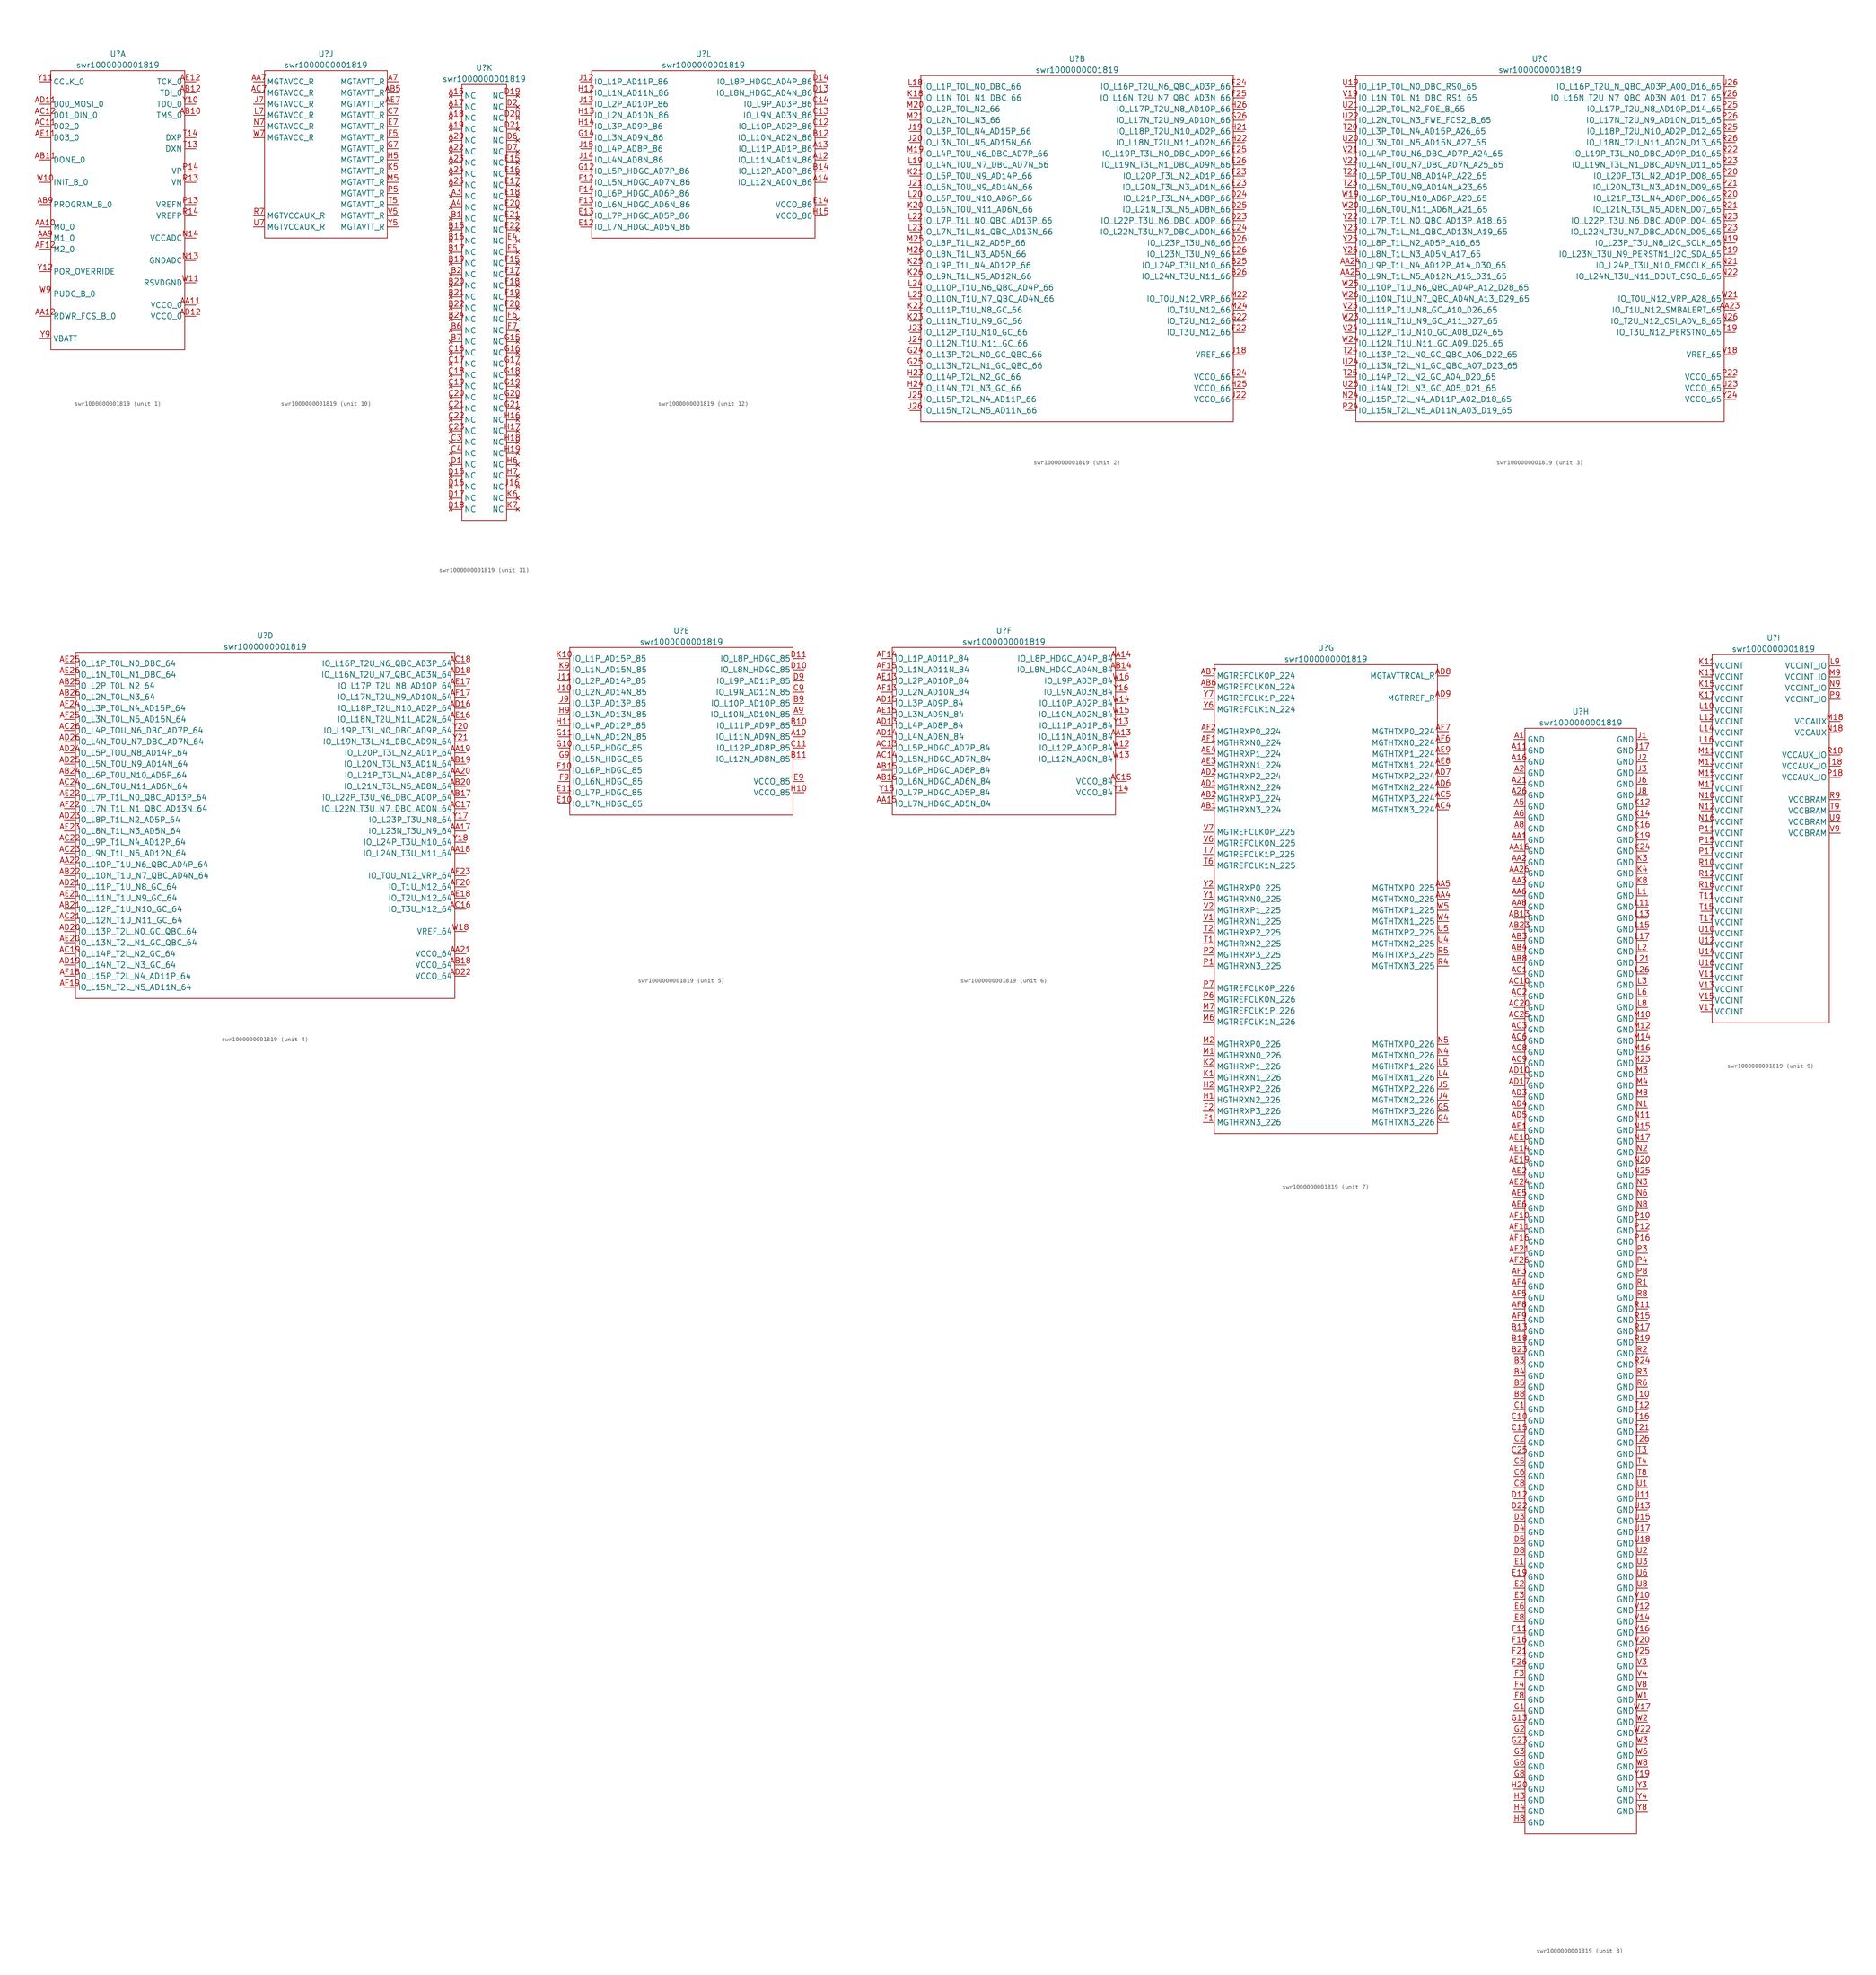
<source format=kicad_sym>
(kicad_symbol_lib
  (version 20211014)
  (generator kicad_symbol_editor)
  (symbol "swr1000000001819"
    (property "Reference" "U"
      (at 0 3.81 0)
      (effects (font (size 1.27 1.27))))
    (property "Value" "swr1000000001819"
      (at 0 1.27 0)
      (effects (font (size 1.27 1.27))))
    (property "ki_locked" ""
      (at 0 0 0)
      (effects (font (size 1.27 1.27))))
    (symbol "swr1000000001819_0_0"
      (text "" (at 6.35 -67.31 0) (effects (font (size 1.27 1.27))))
      (text "" (at 6.35 -67.31 0) (effects (font (size 1.27 1.27)))))
    (symbol "swr1000000001819_1_0"
      (pin input line (at -17.78 -35.56 0) (length 2.54) (name "M0_0" (effects (font (size 1.27 1.27)))) (number "AA10" (effects (font (size 1.27 1.27)))))
      (pin power_in line (at 17.78 -53.34 180) (length 2.54) (name "VCCO_0" (effects (font (size 1.27 1.27)))) (number "AA11" (effects (font (size 1.27 1.27)))))
      (pin bidirectional line (at -17.78 -55.88 0) (length 2.54) (name "RDWR_FCS_B_0" (effects (font (size 1.27 1.27)))) (number "AA12" (effects (font (size 1.27 1.27)))))
      (pin input line (at -17.78 -38.1 0) (length 2.54) (name "M1_0" (effects (font (size 1.27 1.27)))) (number "AA9" (effects (font (size 1.27 1.27)))))
      (pin input line (at 17.78 -10.16 180) (length 2.54) (name "TMS_0" (effects (font (size 1.27 1.27)))) (number "AB10" (effects (font (size 1.27 1.27)))))
      (pin bidirectional line (at -17.78 -20.32 0) (length 2.54) (name "DONE_0" (effects (font (size 1.27 1.27)))) (number "AB11" (effects (font (size 1.27 1.27)))))
      (pin input line (at 17.78 -5.08 180) (length 2.54) (name "TDI_0" (effects (font (size 1.27 1.27)))) (number "AB12" (effects (font (size 1.27 1.27)))))
      (pin input line (at -17.78 -30.48 0) (length 2.54) (name "PROGRAM_B_0" (effects (font (size 1.27 1.27)))) (number "AB9" (effects (font (size 1.27 1.27)))))
      (pin bidirectional line (at -17.78 -12.7 0) (length 2.54) (name "D02_0" (effects (font (size 1.27 1.27)))) (number "AC11" (effects (font (size 1.27 1.27)))))
      (pin bidirectional line (at -17.78 -10.16 0) (length 2.54) (name "D01_DIN_0" (effects (font (size 1.27 1.27)))) (number "AC12" (effects (font (size 1.27 1.27)))))
      (pin bidirectional line (at -17.78 -7.62 0) (length 2.54) (name "D00_MOSI_0" (effects (font (size 1.27 1.27)))) (number "AD11" (effects (font (size 1.27 1.27)))))
      (pin power_in line (at 17.78 -55.88 180) (length 2.54) (name "VCCO_0" (effects (font (size 1.27 1.27)))) (number "AD12" (effects (font (size 1.27 1.27)))))
      (pin bidirectional line (at -17.78 -15.24 0) (length 2.54) (name "D03_0" (effects (font (size 1.27 1.27)))) (number "AE11" (effects (font (size 1.27 1.27)))))
      (pin input line (at 17.78 -2.54 180) (length 2.54) (name "TCK_0" (effects (font (size 1.27 1.27)))) (number "AE12" (effects (font (size 1.27 1.27)))))
      (pin input line (at -17.78 -40.64 0) (length 2.54) (name "M2_0" (effects (font (size 1.27 1.27)))) (number "AF12" (effects (font (size 1.27 1.27)))))
      (pin power_in line (at 17.78 -43.18 180) (length 2.54) (name "GNDADC" (effects (font (size 1.27 1.27)))) (number "N13" (effects (font (size 1.27 1.27)))))
      (pin power_in line (at 17.78 -38.1 180) (length 2.54) (name "VCCADC" (effects (font (size 1.27 1.27)))) (number "N14" (effects (font (size 1.27 1.27)))))
      (pin input line (at 17.78 -30.48 180) (length 2.54) (name "VREFN" (effects (font (size 1.27 1.27)))) (number "P13" (effects (font (size 1.27 1.27)))))
      (pin input line (at 17.78 -22.86 180) (length 2.54) (name "VP" (effects (font (size 1.27 1.27)))) (number "P14" (effects (font (size 1.27 1.27)))))
      (pin input line (at 17.78 -25.4 180) (length 2.54) (name "VN" (effects (font (size 1.27 1.27)))) (number "R13" (effects (font (size 1.27 1.27)))))
      (pin input line (at 17.78 -33.02 180) (length 2.54) (name "VREFP" (effects (font (size 1.27 1.27)))) (number "R14" (effects (font (size 1.27 1.27)))))
      (pin passive line (at 17.78 -17.78 180) (length 2.54) (name "DXN" (effects (font (size 1.27 1.27)))) (number "T13" (effects (font (size 1.27 1.27)))))
      (pin passive line (at 17.78 -15.24 180) (length 2.54) (name "DXP" (effects (font (size 1.27 1.27)))) (number "T14" (effects (font (size 1.27 1.27)))))
      (pin bidirectional line (at -17.78 -25.4 0) (length 2.54) (name "INIT_B_0" (effects (font (size 1.27 1.27)))) (number "W10" (effects (font (size 1.27 1.27)))))
      (pin power_in line (at 17.78 -48.26 180) (length 2.54) (name "RSVDGND" (effects (font (size 1.27 1.27)))) (number "W11" (effects (font (size 1.27 1.27)))))
      (pin input line (at -17.78 -50.8 0) (length 2.54) (name "PUDC_B_0" (effects (font (size 1.27 1.27)))) (number "W9" (effects (font (size 1.27 1.27)))))
      (pin output line (at 17.78 -7.62 180) (length 2.54) (name "TDO_0" (effects (font (size 1.27 1.27)))) (number "Y10" (effects (font (size 1.27 1.27)))))
      (pin bidirectional line (at -17.78 -2.54 0) (length 2.54) (name "CCLK_0" (effects (font (size 1.27 1.27)))) (number "Y11" (effects (font (size 1.27 1.27)))))
      (pin input line (at -17.78 -45.72 0) (length 2.54) (name "POR_OVERRIDE" (effects (font (size 1.27 1.27)))) (number "Y12" (effects (font (size 1.27 1.27)))))
      (pin power_in line (at -17.78 -60.96 0) (length 2.54) (name "VBATT" (effects (font (size 1.27 1.27)))) (number "Y9" (effects (font (size 1.27 1.27))))))
    (symbol "swr1000000001819_1_1"
      (rectangle (start -15.24 0) (end 15.24 -63.5) (stroke (width 0) (type default) (color 0 0 0 0)) (fill (type none))))
    (symbol "swr1000000001819_2_0"
      (pin bidirectional line (at 38.1 -43.18 180) (length 2.54) (name "IO_L24P_T3U_N10_66" (effects (font (size 1.27 1.27)))) (number "B25" (effects (font (size 1.27 1.27)))))
      (pin bidirectional line (at 38.1 -45.72 180) (length 2.54) (name "IO_L24N_T3U_N11_66" (effects (font (size 1.27 1.27)))) (number "B26" (effects (font (size 1.27 1.27)))))
      (pin bidirectional line (at 38.1 -35.56 180) (length 2.54) (name "IO_L22N_T3U_N7_DBC_AD0N_66" (effects (font (size 1.27 1.27)))) (number "C24" (effects (font (size 1.27 1.27)))))
      (pin bidirectional line (at 38.1 -40.64 180) (length 2.54) (name "IO_L23N_T3U_N9_66" (effects (font (size 1.27 1.27)))) (number "C26" (effects (font (size 1.27 1.27)))))
      (pin bidirectional line (at 38.1 -33.02 180) (length 2.54) (name "IO_L22P_T3U_N6_DBC_AD0P_66" (effects (font (size 1.27 1.27)))) (number "D23" (effects (font (size 1.27 1.27)))))
      (pin bidirectional line (at 38.1 -27.94 180) (length 2.54) (name "IO_L21P_T3L_N4_AD8P_66" (effects (font (size 1.27 1.27)))) (number "D24" (effects (font (size 1.27 1.27)))))
      (pin bidirectional line (at 38.1 -30.48 180) (length 2.54) (name "IO_L21N_T3L_N5_AD8N_66" (effects (font (size 1.27 1.27)))) (number "D25" (effects (font (size 1.27 1.27)))))
      (pin bidirectional line (at 38.1 -38.1 180) (length 2.54) (name "IO_L23P_T3U_N8_66" (effects (font (size 1.27 1.27)))) (number "D26" (effects (font (size 1.27 1.27)))))
      (pin bidirectional line (at 38.1 -25.4 180) (length 2.54) (name "IO_L20N_T3L_N3_AD1N_66" (effects (font (size 1.27 1.27)))) (number "E23" (effects (font (size 1.27 1.27)))))
      (pin power_in line (at 38.1 -68.58 180) (length 2.54) (name "VCCO_66" (effects (font (size 1.27 1.27)))) (number "E24" (effects (font (size 1.27 1.27)))))
      (pin bidirectional line (at 38.1 -17.78 180) (length 2.54) (name "IO_L19P_T3L_N0_DBC_AD9P_66" (effects (font (size 1.27 1.27)))) (number "E25" (effects (font (size 1.27 1.27)))))
      (pin bidirectional line (at 38.1 -20.32 180) (length 2.54) (name "IO_L19N_T3L_N1_DBC_AD9N_66" (effects (font (size 1.27 1.27)))) (number "E26" (effects (font (size 1.27 1.27)))))
      (pin bidirectional line (at 38.1 -58.42 180) (length 2.54) (name "IO_T3U_N12_66" (effects (font (size 1.27 1.27)))) (number "F22" (effects (font (size 1.27 1.27)))))
      (pin bidirectional line (at 38.1 -22.86 180) (length 2.54) (name "IO_L20P_T3L_N2_AD1P_66" (effects (font (size 1.27 1.27)))) (number "F23" (effects (font (size 1.27 1.27)))))
      (pin bidirectional line (at 38.1 -2.54 180) (length 2.54) (name "IO_L16P_T2U_N6_QBC_AD3P_66" (effects (font (size 1.27 1.27)))) (number "F24" (effects (font (size 1.27 1.27)))))
      (pin bidirectional line (at 38.1 -5.08 180) (length 2.54) (name "IO_L16N_T2U_N7_QBC_AD3N_66" (effects (font (size 1.27 1.27)))) (number "F25" (effects (font (size 1.27 1.27)))))
      (pin bidirectional line (at 38.1 -55.88 180) (length 2.54) (name "IO_T2U_N12_66" (effects (font (size 1.27 1.27)))) (number "G22" (effects (font (size 1.27 1.27)))))
      (pin bidirectional line (at -38.1 -63.5 0) (length 2.54) (name "IO_L13P_T2L_N0_GC_QBC_66" (effects (font (size 1.27 1.27)))) (number "G24" (effects (font (size 1.27 1.27)))))
      (pin bidirectional line (at -38.1 -66.04 0) (length 2.54) (name "IO_L13N_T2L_N1_GC_QBC_66" (effects (font (size 1.27 1.27)))) (number "G25" (effects (font (size 1.27 1.27)))))
      (pin bidirectional line (at 38.1 -10.16 180) (length 2.54) (name "IO_L17N_T2U_N9_AD10N_66" (effects (font (size 1.27 1.27)))) (number "G26" (effects (font (size 1.27 1.27)))))
      (pin bidirectional line (at 38.1 -12.7 180) (length 2.54) (name "IO_L18P_T2U_N10_AD2P_66" (effects (font (size 1.27 1.27)))) (number "H21" (effects (font (size 1.27 1.27)))))
      (pin bidirectional line (at 38.1 -15.24 180) (length 2.54) (name "IO_L18N_T2U_N11_AD2N_66" (effects (font (size 1.27 1.27)))) (number "H22" (effects (font (size 1.27 1.27)))))
      (pin bidirectional line (at -38.1 -68.58 0) (length 2.54) (name "IO_L14P_T2L_N2_GC_66" (effects (font (size 1.27 1.27)))) (number "H23" (effects (font (size 1.27 1.27)))))
      (pin bidirectional line (at -38.1 -71.12 0) (length 2.54) (name "IO_L14N_T2L_N3_GC_66" (effects (font (size 1.27 1.27)))) (number "H24" (effects (font (size 1.27 1.27)))))
      (pin power_in line (at 38.1 -71.12 180) (length 2.54) (name "VCCO_66" (effects (font (size 1.27 1.27)))) (number "H25" (effects (font (size 1.27 1.27)))))
      (pin bidirectional line (at 38.1 -7.62 180) (length 2.54) (name "IO_L17P_T2U_N8_AD10P_66" (effects (font (size 1.27 1.27)))) (number "H26" (effects (font (size 1.27 1.27)))))
      (pin input line (at 38.1 -63.5 180) (length 2.54) (name "VREF_66" (effects (font (size 1.27 1.27)))) (number "J18" (effects (font (size 1.27 1.27)))))
      (pin bidirectional line (at -38.1 -12.7 0) (length 2.54) (name "IO_L3P_T0L_N4_AD15P_66" (effects (font (size 1.27 1.27)))) (number "J19" (effects (font (size 1.27 1.27)))))
      (pin bidirectional line (at -38.1 -15.24 0) (length 2.54) (name "IO_L3N_T0L_N5_AD15N_66" (effects (font (size 1.27 1.27)))) (number "J20" (effects (font (size 1.27 1.27)))))
      (pin bidirectional line (at -38.1 -25.4 0) (length 2.54) (name "IO_L5N_T0U_N9_AD14N_66" (effects (font (size 1.27 1.27)))) (number "J21" (effects (font (size 1.27 1.27)))))
      (pin power_in line (at 38.1 -73.66 180) (length 2.54) (name "VCCO_66" (effects (font (size 1.27 1.27)))) (number "J22" (effects (font (size 1.27 1.27)))))
      (pin bidirectional line (at -38.1 -58.42 0) (length 2.54) (name "IO_L12P_T1U_N10_GC_66" (effects (font (size 1.27 1.27)))) (number "J23" (effects (font (size 1.27 1.27)))))
      (pin bidirectional line (at -38.1 -60.96 0) (length 2.54) (name "IO_L12N_T1U_N11_GC_66" (effects (font (size 1.27 1.27)))) (number "J24" (effects (font (size 1.27 1.27)))))
      (pin bidirectional line (at -38.1 -73.66 0) (length 2.54) (name "IO_L15P_T2L_N4_AD11P_66" (effects (font (size 1.27 1.27)))) (number "J25" (effects (font (size 1.27 1.27)))))
      (pin bidirectional line (at -38.1 -76.2 0) (length 2.54) (name "IO_L15N_T2L_N5_AD11N_66" (effects (font (size 1.27 1.27)))) (number "J26" (effects (font (size 1.27 1.27)))))
      (pin bidirectional line (at -38.1 -5.08 0) (length 2.54) (name "IO_L1N_T0L_N1_DBC_66" (effects (font (size 1.27 1.27)))) (number "K18" (effects (font (size 1.27 1.27)))))
      (pin bidirectional line (at -38.1 -30.48 0) (length 2.54) (name "IO_L6N_T0U_N11_AD6N_66" (effects (font (size 1.27 1.27)))) (number "K20" (effects (font (size 1.27 1.27)))))
      (pin bidirectional line (at -38.1 -22.86 0) (length 2.54) (name "IO_L5P_T0U_N9_AD14P_66" (effects (font (size 1.27 1.27)))) (number "K21" (effects (font (size 1.27 1.27)))))
      (pin bidirectional line (at -38.1 -53.34 0) (length 2.54) (name "IO_L11P_T1U_N8_GC_66" (effects (font (size 1.27 1.27)))) (number "K22" (effects (font (size 1.27 1.27)))))
      (pin bidirectional line (at -38.1 -55.88 0) (length 2.54) (name "IO_L11N_T1U_N9_GC_66" (effects (font (size 1.27 1.27)))) (number "K23" (effects (font (size 1.27 1.27)))))
      (pin bidirectional line (at -38.1 -43.18 0) (length 2.54) (name "IO_L9P_T1L_N4_AD12P_66" (effects (font (size 1.27 1.27)))) (number "K25" (effects (font (size 1.27 1.27)))))
      (pin bidirectional line (at -38.1 -45.72 0) (length 2.54) (name "IO_L9N_T1L_N5_AD12N_66" (effects (font (size 1.27 1.27)))) (number "K26" (effects (font (size 1.27 1.27)))))
      (pin bidirectional line (at -38.1 -2.54 0) (length 2.54) (name "IO_L1P_T0L_N0_DBC_66" (effects (font (size 1.27 1.27)))) (number "L18" (effects (font (size 1.27 1.27)))))
      (pin bidirectional line (at -38.1 -20.32 0) (length 2.54) (name "IO_L4N_T0U_N7_DBC_AD7N_66" (effects (font (size 1.27 1.27)))) (number "L19" (effects (font (size 1.27 1.27)))))
      (pin bidirectional line (at -38.1 -27.94 0) (length 2.54) (name "IO_L6P_T0U_N10_AD6P_66" (effects (font (size 1.27 1.27)))) (number "L20" (effects (font (size 1.27 1.27)))))
      (pin bidirectional line (at -38.1 -33.02 0) (length 2.54) (name "IO_L7P_T1L_N0_QBC_AD13P_66" (effects (font (size 1.27 1.27)))) (number "L22" (effects (font (size 1.27 1.27)))))
      (pin bidirectional line (at -38.1 -35.56 0) (length 2.54) (name "IO_L7N_T1L_N1_QBC_AD13N_66" (effects (font (size 1.27 1.27)))) (number "L23" (effects (font (size 1.27 1.27)))))
      (pin bidirectional line (at -38.1 -48.26 0) (length 2.54) (name "IO_L10P_T1U_N6_QBC_AD4P_66" (effects (font (size 1.27 1.27)))) (number "L24" (effects (font (size 1.27 1.27)))))
      (pin bidirectional line (at -38.1 -50.8 0) (length 2.54) (name "IO_L10N_T1U_N7_QBC_AD4N_66" (effects (font (size 1.27 1.27)))) (number "L25" (effects (font (size 1.27 1.27)))))
      (pin bidirectional line (at -38.1 -17.78 0) (length 2.54) (name "IO_L4P_T0U_N6_DBC_AD7P_66" (effects (font (size 1.27 1.27)))) (number "M19" (effects (font (size 1.27 1.27)))))
      (pin bidirectional line (at -38.1 -7.62 0) (length 2.54) (name "IO_L2P_T0L_N2_66" (effects (font (size 1.27 1.27)))) (number "M20" (effects (font (size 1.27 1.27)))))
      (pin bidirectional line (at -38.1 -10.16 0) (length 2.54) (name "IO_L2N_T0L_N3_66" (effects (font (size 1.27 1.27)))) (number "M21" (effects (font (size 1.27 1.27)))))
      (pin bidirectional line (at 38.1 -50.8 180) (length 2.54) (name "IO_T0U_N12_VRP_66" (effects (font (size 1.27 1.27)))) (number "M22" (effects (font (size 1.27 1.27)))))
      (pin bidirectional line (at 38.1 -53.34 180) (length 2.54) (name "IO_T1U_N12_66" (effects (font (size 1.27 1.27)))) (number "M24" (effects (font (size 1.27 1.27)))))
      (pin bidirectional line (at -38.1 -38.1 0) (length 2.54) (name "IO_L8P_T1L_N2_AD5P_66" (effects (font (size 1.27 1.27)))) (number "M25" (effects (font (size 1.27 1.27)))))
      (pin bidirectional line (at -38.1 -40.64 0) (length 2.54) (name "IO_L8N_T1L_N3_AD5N_66" (effects (font (size 1.27 1.27)))) (number "M26" (effects (font (size 1.27 1.27))))))
    (symbol "swr1000000001819_2_1"
      (rectangle (start -35.56 0) (end 35.56 -78.74) (stroke (width 0) (type default) (color 0 0 0 0)) (fill (type none))))
    (symbol "swr1000000001819_3_0"
      (pin bidirectional line (at 44.45 -53.34 180) (length 2.54) (name "IO_T1U_N12_SMBALERT_65" (effects (font (size 1.27 1.27)))) (number "AA23" (effects (font (size 1.27 1.27)))))
      (pin bidirectional line (at -44.45 -43.18 0) (length 2.54) (name "IO_L9P_T1L_N4_AD12P_A14_D30_65" (effects (font (size 1.27 1.27)))) (number "AA24" (effects (font (size 1.27 1.27)))))
      (pin bidirectional line (at -44.45 -45.72 0) (length 2.54) (name "IO_L9N_T1L_N5_AD12N_A15_D31_65" (effects (font (size 1.27 1.27)))) (number "AA25" (effects (font (size 1.27 1.27)))))
      (pin bidirectional line (at 44.45 -38.1 180) (length 2.54) (name "IO_L23P_T3U_N8_I2C_SCLK_65" (effects (font (size 1.27 1.27)))) (number "N19" (effects (font (size 1.27 1.27)))))
      (pin bidirectional line (at 44.45 -43.18 180) (length 2.54) (name "IO_L24P_T3U_N10_EMCCLK_65" (effects (font (size 1.27 1.27)))) (number "N21" (effects (font (size 1.27 1.27)))))
      (pin bidirectional line (at 44.45 -45.72 180) (length 2.54) (name "IO_L24N_T3U_N11_DOUT_CSO_B_65" (effects (font (size 1.27 1.27)))) (number "N22" (effects (font (size 1.27 1.27)))))
      (pin bidirectional line (at 44.45 -33.02 180) (length 2.54) (name "IO_L22P_T3U_N6_DBC_AD0P_D04_65" (effects (font (size 1.27 1.27)))) (number "N23" (effects (font (size 1.27 1.27)))))
      (pin bidirectional line (at -44.45 -73.66 0) (length 2.54) (name "IO_L15P_T2L_N4_AD11P_A02_D18_65" (effects (font (size 1.27 1.27)))) (number "N24" (effects (font (size 1.27 1.27)))))
      (pin bidirectional line (at 44.45 -55.88 180) (length 2.54) (name "IO_T2U_N12_CSI_ADV_B_65" (effects (font (size 1.27 1.27)))) (number "N26" (effects (font (size 1.27 1.27)))))
      (pin bidirectional line (at 44.45 -40.64 180) (length 2.54) (name "IO_L23N_T3U_N9_PERSTN1_I2C_SDA_65" (effects (font (size 1.27 1.27)))) (number "P19" (effects (font (size 1.27 1.27)))))
      (pin bidirectional line (at 44.45 -22.86 180) (length 2.54) (name "IO_L20P_T3L_N2_AD1P_D08_65" (effects (font (size 1.27 1.27)))) (number "P20" (effects (font (size 1.27 1.27)))))
      (pin bidirectional line (at 44.45 -25.4 180) (length 2.54) (name "IO_L20N_T3L_N3_AD1N_D09_65" (effects (font (size 1.27 1.27)))) (number "P21" (effects (font (size 1.27 1.27)))))
      (pin power_in line (at 44.45 -68.58 180) (length 2.54) (name "VCCO_65" (effects (font (size 1.27 1.27)))) (number "P22" (effects (font (size 1.27 1.27)))))
      (pin bidirectional line (at 44.45 -35.56 180) (length 2.54) (name "IO_L22N_T3U_N7_DBC_AD0N_D05_65" (effects (font (size 1.27 1.27)))) (number "P23" (effects (font (size 1.27 1.27)))))
      (pin bidirectional line (at -44.45 -76.2 0) (length 2.54) (name "IO_L15N_T2L_N5_AD11N_A03_D19_65" (effects (font (size 1.27 1.27)))) (number "P24" (effects (font (size 1.27 1.27)))))
      (pin bidirectional line (at 44.45 -7.62 180) (length 2.54) (name "IO_L17P_T2U_N8_AD10P_D14_65" (effects (font (size 1.27 1.27)))) (number "P25" (effects (font (size 1.27 1.27)))))
      (pin bidirectional line (at 44.45 -10.16 180) (length 2.54) (name "IO_L17N_T2U_N9_AD10N_D15_65" (effects (font (size 1.27 1.27)))) (number "P26" (effects (font (size 1.27 1.27)))))
      (pin bidirectional line (at 44.45 -27.94 180) (length 2.54) (name "IO_L21P_T3L_N4_AD8P_D06_65" (effects (font (size 1.27 1.27)))) (number "R20" (effects (font (size 1.27 1.27)))))
      (pin bidirectional line (at 44.45 -30.48 180) (length 2.54) (name "IO_L21N_T3L_N5_AD8N_D07_65" (effects (font (size 1.27 1.27)))) (number "R21" (effects (font (size 1.27 1.27)))))
      (pin bidirectional line (at 44.45 -17.78 180) (length 2.54) (name "IO_L19P_T3L_N0_DBC_AD9P_D10_65" (effects (font (size 1.27 1.27)))) (number "R22" (effects (font (size 1.27 1.27)))))
      (pin bidirectional line (at 44.45 -20.32 180) (length 2.54) (name "IO_L19N_T3L_N1_DBC_AD9N_D11_65" (effects (font (size 1.27 1.27)))) (number "R23" (effects (font (size 1.27 1.27)))))
      (pin bidirectional line (at 44.45 -12.7 180) (length 2.54) (name "IO_L18P_T2U_N10_AD2P_D12_65" (effects (font (size 1.27 1.27)))) (number "R25" (effects (font (size 1.27 1.27)))))
      (pin bidirectional line (at 44.45 -15.24 180) (length 2.54) (name "IO_L18N_T2U_N11_AD2N_D13_65" (effects (font (size 1.27 1.27)))) (number "R26" (effects (font (size 1.27 1.27)))))
      (pin bidirectional line (at 44.45 -58.42 180) (length 2.54) (name "IO_T3U_N12_PERSTN0_65" (effects (font (size 1.27 1.27)))) (number "T19" (effects (font (size 1.27 1.27)))))
      (pin bidirectional line (at -44.45 -12.7 0) (length 2.54) (name "IO_L3P_T0L_N4_AD15P_A26_65" (effects (font (size 1.27 1.27)))) (number "T20" (effects (font (size 1.27 1.27)))))
      (pin bidirectional line (at -44.45 -22.86 0) (length 2.54) (name "IO_L5P_T0U_N8_AD14P_A22_65" (effects (font (size 1.27 1.27)))) (number "T22" (effects (font (size 1.27 1.27)))))
      (pin bidirectional line (at -44.45 -25.4 0) (length 2.54) (name "IO_L5N_T0U_N9_AD14N_A23_65" (effects (font (size 1.27 1.27)))) (number "T23" (effects (font (size 1.27 1.27)))))
      (pin bidirectional line (at -44.45 -63.5 0) (length 2.54) (name "IO_L13P_T2L_N0_GC_QBC_A06_D22_65" (effects (font (size 1.27 1.27)))) (number "T24" (effects (font (size 1.27 1.27)))))
      (pin bidirectional line (at -44.45 -68.58 0) (length 2.54) (name "IO_L14P_T2L_N2_GC_A04_D20_65" (effects (font (size 1.27 1.27)))) (number "T25" (effects (font (size 1.27 1.27)))))
      (pin bidirectional line (at -44.45 -2.54 0) (length 2.54) (name "IO_L1P_T0L_N0_DBC_RS0_65" (effects (font (size 1.27 1.27)))) (number "U19" (effects (font (size 1.27 1.27)))))
      (pin bidirectional line (at -44.45 -15.24 0) (length 2.54) (name "IO_L3N_T0L_N5_AD15N_A27_65" (effects (font (size 1.27 1.27)))) (number "U20" (effects (font (size 1.27 1.27)))))
      (pin bidirectional line (at -44.45 -7.62 0) (length 2.54) (name "IO_L2P_T0L_N2_FOE_B_65" (effects (font (size 1.27 1.27)))) (number "U21" (effects (font (size 1.27 1.27)))))
      (pin bidirectional line (at -44.45 -10.16 0) (length 2.54) (name "IO_L2N_T0L_N3_FWE_FCS2_B_65" (effects (font (size 1.27 1.27)))) (number "U22" (effects (font (size 1.27 1.27)))))
      (pin power_in line (at 44.45 -71.12 180) (length 2.54) (name "VCCO_65" (effects (font (size 1.27 1.27)))) (number "U23" (effects (font (size 1.27 1.27)))))
      (pin bidirectional line (at -44.45 -66.04 0) (length 2.54) (name "IO_L13N_T2L_N1_GC_QBC_A07_D23_65" (effects (font (size 1.27 1.27)))) (number "U24" (effects (font (size 1.27 1.27)))))
      (pin bidirectional line (at -44.45 -71.12 0) (length 2.54) (name "IO_L14N_T2L_N3_GC_A05_D21_65" (effects (font (size 1.27 1.27)))) (number "U25" (effects (font (size 1.27 1.27)))))
      (pin bidirectional line (at 44.45 -2.54 180) (length 2.54) (name "IO_L16P_T2U_N_QBC_AD3P_A00_D16_65" (effects (font (size 1.27 1.27)))) (number "U26" (effects (font (size 1.27 1.27)))))
      (pin input line (at 44.45 -63.5 180) (length 2.54) (name "VREF_65" (effects (font (size 1.27 1.27)))) (number "V18" (effects (font (size 1.27 1.27)))))
      (pin bidirectional line (at -44.45 -5.08 0) (length 2.54) (name "IO_L1N_T0L_N1_DBC_RS1_65" (effects (font (size 1.27 1.27)))) (number "V19" (effects (font (size 1.27 1.27)))))
      (pin bidirectional line (at -44.45 -17.78 0) (length 2.54) (name "IO_L4P_T0U_N6_DBC_AD7P_A24_65" (effects (font (size 1.27 1.27)))) (number "V21" (effects (font (size 1.27 1.27)))))
      (pin bidirectional line (at -44.45 -20.32 0) (length 2.54) (name "IO_L4N_T0U_N7_DBC_AD7N_A25_65" (effects (font (size 1.27 1.27)))) (number "V22" (effects (font (size 1.27 1.27)))))
      (pin bidirectional line (at -44.45 -53.34 0) (length 2.54) (name "IO_L11P_T1U_N8_GC_A10_D26_65" (effects (font (size 1.27 1.27)))) (number "V23" (effects (font (size 1.27 1.27)))))
      (pin bidirectional line (at -44.45 -58.42 0) (length 2.54) (name "IO_L12P_T1U_N10_GC_A08_D24_65" (effects (font (size 1.27 1.27)))) (number "V24" (effects (font (size 1.27 1.27)))))
      (pin bidirectional line (at 44.45 -5.08 180) (length 2.54) (name "IO_L16N_T2U_N7_QBC_AD3N_A01_D17_65" (effects (font (size 1.27 1.27)))) (number "V26" (effects (font (size 1.27 1.27)))))
      (pin bidirectional line (at -44.45 -27.94 0) (length 2.54) (name "IO_L6P_T0U_N10_AD6P_A20_65" (effects (font (size 1.27 1.27)))) (number "W19" (effects (font (size 1.27 1.27)))))
      (pin bidirectional line (at -44.45 -30.48 0) (length 2.54) (name "IO_L6N_T0U_N11_AD6N_A21_65" (effects (font (size 1.27 1.27)))) (number "W20" (effects (font (size 1.27 1.27)))))
      (pin bidirectional line (at 44.45 -50.8 180) (length 2.54) (name "IO_T0U_N12_VRP_A28_65" (effects (font (size 1.27 1.27)))) (number "W21" (effects (font (size 1.27 1.27)))))
      (pin bidirectional line (at -44.45 -55.88 0) (length 2.54) (name "IO_L11N_T1U_N9_GC_A11_D27_65" (effects (font (size 1.27 1.27)))) (number "W23" (effects (font (size 1.27 1.27)))))
      (pin bidirectional line (at -44.45 -60.96 0) (length 2.54) (name "IO_L12N_T1U_N11_GC_A09_D25_65" (effects (font (size 1.27 1.27)))) (number "W24" (effects (font (size 1.27 1.27)))))
      (pin bidirectional line (at -44.45 -48.26 0) (length 2.54) (name "IO_L10P_T1U_N6_QBC_AD4P_A12_D28_65" (effects (font (size 1.27 1.27)))) (number "W25" (effects (font (size 1.27 1.27)))))
      (pin bidirectional line (at -44.45 -50.8 0) (length 2.54) (name "IO_L10N_T1U_N7_QBC_AD4N_A13_D29_65" (effects (font (size 1.27 1.27)))) (number "W26" (effects (font (size 1.27 1.27)))))
      (pin bidirectional line (at -44.45 -33.02 0) (length 2.54) (name "IO_L7P_T1L_N0_QBC_AD13P_A18_65" (effects (font (size 1.27 1.27)))) (number "Y22" (effects (font (size 1.27 1.27)))))
      (pin bidirectional line (at -44.45 -35.56 0) (length 2.54) (name "IO_L7N_T1L_N1_QBC_AD13N_A19_65" (effects (font (size 1.27 1.27)))) (number "Y23" (effects (font (size 1.27 1.27)))))
      (pin power_in line (at 44.45 -73.66 180) (length 2.54) (name "VCCO_65" (effects (font (size 1.27 1.27)))) (number "Y24" (effects (font (size 1.27 1.27)))))
      (pin bidirectional line (at -44.45 -38.1 0) (length 2.54) (name "IO_L8P_T1L_N2_AD5P_A16_65" (effects (font (size 1.27 1.27)))) (number "Y25" (effects (font (size 1.27 1.27)))))
      (pin bidirectional line (at -44.45 -40.64 0) (length 2.54) (name "IO_L8N_T1L_N3_AD5N_A17_65" (effects (font (size 1.27 1.27)))) (number "Y26" (effects (font (size 1.27 1.27))))))
    (symbol "swr1000000001819_3_1"
      (rectangle (start -41.91 0) (end 41.91 -78.74) (stroke (width 0) (type default) (color 0 0 0 0)) (fill (type none))))
    (symbol "swr1000000001819_4_0"
      (pin bidirectional line (at 45.72 -40.64 180) (length 2.54) (name "IO_L23N_T3U_N9_64" (effects (font (size 1.27 1.27)))) (number "AA17" (effects (font (size 1.27 1.27)))))
      (pin bidirectional line (at 45.72 -45.72 180) (length 2.54) (name "IO_L24N_T3U_N11_64" (effects (font (size 1.27 1.27)))) (number "AA18" (effects (font (size 1.27 1.27)))))
      (pin bidirectional line (at 45.72 -22.86 180) (length 2.54) (name "IO_L20P_T3L_N2_AD1P_64" (effects (font (size 1.27 1.27)))) (number "AA19" (effects (font (size 1.27 1.27)))))
      (pin bidirectional line (at 45.72 -27.94 180) (length 2.54) (name "IO_L21P_T3L_N4_AD8P_64" (effects (font (size 1.27 1.27)))) (number "AA20" (effects (font (size 1.27 1.27)))))
      (pin power_in line (at 45.72 -68.58 180) (length 2.54) (name "VCCO_64" (effects (font (size 1.27 1.27)))) (number "AA21" (effects (font (size 1.27 1.27)))))
      (pin bidirectional line (at -45.72 -48.26 0) (length 2.54) (name "IO_L10P_T1U_N6_QBC_AD4P_64" (effects (font (size 1.27 1.27)))) (number "AA22" (effects (font (size 1.27 1.27)))))
      (pin bidirectional line (at 45.72 -33.02 180) (length 2.54) (name "IO_L22P_T3U_N6_DBC_AD0P_64" (effects (font (size 1.27 1.27)))) (number "AB17" (effects (font (size 1.27 1.27)))))
      (pin power_in line (at 45.72 -71.12 180) (length 2.54) (name "VCCO_64" (effects (font (size 1.27 1.27)))) (number "AB18" (effects (font (size 1.27 1.27)))))
      (pin bidirectional line (at 45.72 -25.4 180) (length 2.54) (name "IO_L20N_T3L_N3_AD1N_64" (effects (font (size 1.27 1.27)))) (number "AB19" (effects (font (size 1.27 1.27)))))
      (pin bidirectional line (at 45.72 -30.48 180) (length 2.54) (name "IO_L21N_T3L_N5_AD8N_64" (effects (font (size 1.27 1.27)))) (number "AB20" (effects (font (size 1.27 1.27)))))
      (pin bidirectional line (at -45.72 -58.42 0) (length 2.54) (name "IO_L12P_T1U_N10_GC_64" (effects (font (size 1.27 1.27)))) (number "AB21" (effects (font (size 1.27 1.27)))))
      (pin bidirectional line (at -45.72 -50.8 0) (length 2.54) (name "IO_L10N_T1U_N7_QBC_AD4N_64" (effects (font (size 1.27 1.27)))) (number "AB22" (effects (font (size 1.27 1.27)))))
      (pin bidirectional line (at -45.72 -27.94 0) (length 2.54) (name "IO_L6P_T0U_N10_AD6P_64" (effects (font (size 1.27 1.27)))) (number "AB24" (effects (font (size 1.27 1.27)))))
      (pin bidirectional line (at -45.72 -7.62 0) (length 2.54) (name "IO_L2P_T0L_N2_64" (effects (font (size 1.27 1.27)))) (number "AB25" (effects (font (size 1.27 1.27)))))
      (pin bidirectional line (at -45.72 -10.16 0) (length 2.54) (name "IO_L2N_T0L_N3_64" (effects (font (size 1.27 1.27)))) (number "AB26" (effects (font (size 1.27 1.27)))))
      (pin unspecified line (at 45.72 -58.42 180) (length 2.54) (name "IO_T3U_N12_64" (effects (font (size 1.27 1.27)))) (number "AC16" (effects (font (size 1.27 1.27)))))
      (pin bidirectional line (at 45.72 -35.56 180) (length 2.54) (name "IO_L22N_T3U_N7_DBC_AD0N_64" (effects (font (size 1.27 1.27)))) (number "AC17" (effects (font (size 1.27 1.27)))))
      (pin bidirectional line (at 45.72 -2.54 180) (length 2.54) (name "IO_L16P_T2U_N6_QBC_AD3P_64" (effects (font (size 1.27 1.27)))) (number "AC18" (effects (font (size 1.27 1.27)))))
      (pin bidirectional line (at -45.72 -68.58 0) (length 2.54) (name "IO_L14P_T2L_N2_GC_64" (effects (font (size 1.27 1.27)))) (number "AC19" (effects (font (size 1.27 1.27)))))
      (pin bidirectional line (at -45.72 -60.96 0) (length 2.54) (name "IO_L12N_T1U_N11_GC_64" (effects (font (size 1.27 1.27)))) (number "AC21" (effects (font (size 1.27 1.27)))))
      (pin bidirectional line (at -45.72 -43.18 0) (length 2.54) (name "IO_L9P_T1L_N4_AD12P_64" (effects (font (size 1.27 1.27)))) (number "AC22" (effects (font (size 1.27 1.27)))))
      (pin bidirectional line (at -45.72 -45.72 0) (length 2.54) (name "IO_L9N_T1L_N5_AD12N_64" (effects (font (size 1.27 1.27)))) (number "AC23" (effects (font (size 1.27 1.27)))))
      (pin bidirectional line (at -45.72 -30.48 0) (length 2.54) (name "IO_L6N_T0U_N11_AD6N_64" (effects (font (size 1.27 1.27)))) (number "AC24" (effects (font (size 1.27 1.27)))))
      (pin bidirectional line (at -45.72 -17.78 0) (length 2.54) (name "IO_L4P_TOU_N6_DBC_AD7P_64" (effects (font (size 1.27 1.27)))) (number "AC26" (effects (font (size 1.27 1.27)))))
      (pin bidirectional line (at 45.72 -12.7 180) (length 2.54) (name "IO_L18P_T2U_N10_AD2P_64" (effects (font (size 1.27 1.27)))) (number "AD16" (effects (font (size 1.27 1.27)))))
      (pin bidirectional line (at 45.72 -5.08 180) (length 2.54) (name "IO_L16N_T2U_N7_QBC_AD3N_64" (effects (font (size 1.27 1.27)))) (number "AD18" (effects (font (size 1.27 1.27)))))
      (pin bidirectional line (at -45.72 -71.12 0) (length 2.54) (name "IO_L14N_T2L_N3_GC_64" (effects (font (size 1.27 1.27)))) (number "AD19" (effects (font (size 1.27 1.27)))))
      (pin bidirectional line (at -45.72 -63.5 0) (length 2.54) (name "IO_L13P_T2L_N0_GC_QBC_64" (effects (font (size 1.27 1.27)))) (number "AD20" (effects (font (size 1.27 1.27)))))
      (pin bidirectional line (at -45.72 -53.34 0) (length 2.54) (name "IO_L11P_T1U_N8_GC_64" (effects (font (size 1.27 1.27)))) (number "AD21" (effects (font (size 1.27 1.27)))))
      (pin power_in line (at 45.72 -73.66 180) (length 2.54) (name "VCCO_64" (effects (font (size 1.27 1.27)))) (number "AD22" (effects (font (size 1.27 1.27)))))
      (pin bidirectional line (at -45.72 -38.1 0) (length 2.54) (name "IO_L8P_T1L_N2_AD5P_64" (effects (font (size 1.27 1.27)))) (number "AD23" (effects (font (size 1.27 1.27)))))
      (pin bidirectional line (at -45.72 -22.86 0) (length 2.54) (name "IO_L5P_TOU_N8_AD14P_64" (effects (font (size 1.27 1.27)))) (number "AD24" (effects (font (size 1.27 1.27)))))
      (pin bidirectional line (at -45.72 -25.4 0) (length 2.54) (name "IO_L5N_TOU_N9_AD14N_64" (effects (font (size 1.27 1.27)))) (number "AD25" (effects (font (size 1.27 1.27)))))
      (pin bidirectional line (at -45.72 -20.32 0) (length 2.54) (name "IO_L4N_TOU_N7_DBC_AD7N_64" (effects (font (size 1.27 1.27)))) (number "AD26" (effects (font (size 1.27 1.27)))))
      (pin bidirectional line (at 45.72 -15.24 180) (length 2.54) (name "IO_L18N_T2U_N11_AD2N_64" (effects (font (size 1.27 1.27)))) (number "AE16" (effects (font (size 1.27 1.27)))))
      (pin bidirectional line (at 45.72 -7.62 180) (length 2.54) (name "IO_L17P_T2U_N8_AD10P_64" (effects (font (size 1.27 1.27)))) (number "AE17" (effects (font (size 1.27 1.27)))))
      (pin unspecified line (at 45.72 -55.88 180) (length 2.54) (name "IO_T2U_N12_64" (effects (font (size 1.27 1.27)))) (number "AE18" (effects (font (size 1.27 1.27)))))
      (pin bidirectional line (at -45.72 -66.04 0) (length 2.54) (name "IO_L13N_T2L_N1_GC_QBC_64" (effects (font (size 1.27 1.27)))) (number "AE20" (effects (font (size 1.27 1.27)))))
      (pin bidirectional line (at -45.72 -55.88 0) (length 2.54) (name "IO_L11N_T1U_N9_GC_64" (effects (font (size 1.27 1.27)))) (number "AE21" (effects (font (size 1.27 1.27)))))
      (pin bidirectional line (at -45.72 -33.02 0) (length 2.54) (name "IO_L7P_T1L_N0_QBC_AD13P_64" (effects (font (size 1.27 1.27)))) (number "AE22" (effects (font (size 1.27 1.27)))))
      (pin bidirectional line (at -45.72 -40.64 0) (length 2.54) (name "IO_L8N_T1L_N3_AD5N_64" (effects (font (size 1.27 1.27)))) (number "AE23" (effects (font (size 1.27 1.27)))))
      (pin bidirectional line (at -45.72 -2.54 0) (length 2.54) (name "IO_L1P_T0L_N0_DBC_64" (effects (font (size 1.27 1.27)))) (number "AE25" (effects (font (size 1.27 1.27)))))
      (pin bidirectional line (at -45.72 -5.08 0) (length 2.54) (name "IO_L1N_T0L_N1_DBC_64" (effects (font (size 1.27 1.27)))) (number "AE26" (effects (font (size 1.27 1.27)))))
      (pin bidirectional line (at 45.72 -10.16 180) (length 2.54) (name "IO_L17N_T2U_N9_AD10N_64" (effects (font (size 1.27 1.27)))) (number "AF17" (effects (font (size 1.27 1.27)))))
      (pin bidirectional line (at -45.72 -73.66 0) (length 2.54) (name "IO_L15P_T2L_N4_AD11P_64" (effects (font (size 1.27 1.27)))) (number "AF18" (effects (font (size 1.27 1.27)))))
      (pin bidirectional line (at -45.72 -76.2 0) (length 2.54) (name "IO_L15N_T2L_N5_AD11N_64" (effects (font (size 1.27 1.27)))) (number "AF19" (effects (font (size 1.27 1.27)))))
      (pin unspecified line (at 45.72 -53.34 180) (length 2.54) (name "IO_T1U_N12_64" (effects (font (size 1.27 1.27)))) (number "AF20" (effects (font (size 1.27 1.27)))))
      (pin bidirectional line (at -45.72 -35.56 0) (length 2.54) (name "IO_L7N_T1L_N1_QBC_AD13N_64" (effects (font (size 1.27 1.27)))) (number "AF22" (effects (font (size 1.27 1.27)))))
      (pin unspecified line (at 45.72 -50.8 180) (length 2.54) (name "IO_T0U_N12_VRP_64" (effects (font (size 1.27 1.27)))) (number "AF23" (effects (font (size 1.27 1.27)))))
      (pin bidirectional line (at -45.72 -12.7 0) (length 2.54) (name "IO_L3P_T0L_N4_AD15P_64" (effects (font (size 1.27 1.27)))) (number "AF24" (effects (font (size 1.27 1.27)))))
      (pin bidirectional line (at -45.72 -15.24 0) (length 2.54) (name "IO_L3N_T0L_N5_AD15N_64" (effects (font (size 1.27 1.27)))) (number "AF25" (effects (font (size 1.27 1.27)))))
      (pin input line (at 45.72 -63.5 180) (length 2.54) (name "VREF_64" (effects (font (size 1.27 1.27)))) (number "W18" (effects (font (size 1.27 1.27)))))
      (pin bidirectional line (at 45.72 -38.1 180) (length 2.54) (name "IO_L23P_T3U_N8_64" (effects (font (size 1.27 1.27)))) (number "Y17" (effects (font (size 1.27 1.27)))))
      (pin bidirectional line (at 45.72 -43.18 180) (length 2.54) (name "IO_L24P_T3U_N10_64" (effects (font (size 1.27 1.27)))) (number "Y18" (effects (font (size 1.27 1.27)))))
      (pin bidirectional line (at 45.72 -17.78 180) (length 2.54) (name "IO_L19P_T3L_N0_DBC_AD9P_64" (effects (font (size 1.27 1.27)))) (number "Y20" (effects (font (size 1.27 1.27)))))
      (pin bidirectional line (at 45.72 -20.32 180) (length 2.54) (name "IO_L19N_T3L_N1_DBC_AD9N_64" (effects (font (size 1.27 1.27)))) (number "Y21" (effects (font (size 1.27 1.27))))))
    (symbol "swr1000000001819_4_1"
      (rectangle (start -43.18 0) (end 43.18 -78.74) (stroke (width 0) (type default) (color 0 0 0 0)) (fill (type none))))
    (symbol "swr1000000001819_5_0"
      (pin bidirectional line (at 27.94 -20.32 180) (length 2.54) (name "IO_L11N_AD9N_85" (effects (font (size 1.27 1.27)))) (number "A10" (effects (font (size 1.27 1.27)))))
      (pin bidirectional line (at 27.94 -15.24 180) (length 2.54) (name "IO_L10N_AD10N_85" (effects (font (size 1.27 1.27)))) (number "A9" (effects (font (size 1.27 1.27)))))
      (pin bidirectional line (at 27.94 -17.78 180) (length 2.54) (name "IO_L11P_AD9P_85" (effects (font (size 1.27 1.27)))) (number "B10" (effects (font (size 1.27 1.27)))))
      (pin bidirectional line (at 27.94 -25.4 180) (length 2.54) (name "IO_L12N_AD8N_85" (effects (font (size 1.27 1.27)))) (number "B11" (effects (font (size 1.27 1.27)))))
      (pin bidirectional line (at 27.94 -12.7 180) (length 2.54) (name "IO_L10P_AD10P_85" (effects (font (size 1.27 1.27)))) (number "B9" (effects (font (size 1.27 1.27)))))
      (pin bidirectional line (at 27.94 -22.86 180) (length 2.54) (name "IO_L12P_AD8P_85" (effects (font (size 1.27 1.27)))) (number "C11" (effects (font (size 1.27 1.27)))))
      (pin bidirectional line (at 27.94 -10.16 180) (length 2.54) (name "IO_L9N_AD11N_85" (effects (font (size 1.27 1.27)))) (number "C9" (effects (font (size 1.27 1.27)))))
      (pin bidirectional line (at 27.94 -5.08 180) (length 2.54) (name "IO_L8N_HDGC_85" (effects (font (size 1.27 1.27)))) (number "D10" (effects (font (size 1.27 1.27)))))
      (pin bidirectional line (at 27.94 -2.54 180) (length 2.54) (name "IO_L8P_HDGC_85" (effects (font (size 1.27 1.27)))) (number "D11" (effects (font (size 1.27 1.27)))))
      (pin bidirectional line (at 27.94 -7.62 180) (length 2.54) (name "IO_L9P_AD11P_85" (effects (font (size 1.27 1.27)))) (number "D9" (effects (font (size 1.27 1.27)))))
      (pin bidirectional line (at -27.94 -35.56 0) (length 2.54) (name "IO_L7N_HDGC_85" (effects (font (size 1.27 1.27)))) (number "E10" (effects (font (size 1.27 1.27)))))
      (pin bidirectional line (at -27.94 -33.02 0) (length 2.54) (name "IO_L7P_HDGC_85" (effects (font (size 1.27 1.27)))) (number "E11" (effects (font (size 1.27 1.27)))))
      (pin power_in line (at 27.94 -30.48 180) (length 2.54) (name "VCCO_85" (effects (font (size 1.27 1.27)))) (number "E9" (effects (font (size 1.27 1.27)))))
      (pin bidirectional line (at -27.94 -27.94 0) (length 2.54) (name "IO_L6P_HDGC_85" (effects (font (size 1.27 1.27)))) (number "F10" (effects (font (size 1.27 1.27)))))
      (pin bidirectional line (at -27.94 -30.48 0) (length 2.54) (name "IO_L6N_HDGC_85" (effects (font (size 1.27 1.27)))) (number "F9" (effects (font (size 1.27 1.27)))))
      (pin bidirectional line (at -27.94 -22.86 0) (length 2.54) (name "IO_L5P_HDGC_85" (effects (font (size 1.27 1.27)))) (number "G10" (effects (font (size 1.27 1.27)))))
      (pin bidirectional line (at -27.94 -20.32 0) (length 2.54) (name "IO_L4N_AD12N_85" (effects (font (size 1.27 1.27)))) (number "G11" (effects (font (size 1.27 1.27)))))
      (pin bidirectional line (at -27.94 -25.4 0) (length 2.54) (name "IO_L5N_HDGC_85" (effects (font (size 1.27 1.27)))) (number "G9" (effects (font (size 1.27 1.27)))))
      (pin power_in line (at 27.94 -33.02 180) (length 2.54) (name "VCCO_85" (effects (font (size 1.27 1.27)))) (number "H10" (effects (font (size 1.27 1.27)))))
      (pin bidirectional line (at -27.94 -17.78 0) (length 2.54) (name "IO_L4P_AD12P_85" (effects (font (size 1.27 1.27)))) (number "H11" (effects (font (size 1.27 1.27)))))
      (pin bidirectional line (at -27.94 -15.24 0) (length 2.54) (name "IO_L3N_AD13N_85" (effects (font (size 1.27 1.27)))) (number "H9" (effects (font (size 1.27 1.27)))))
      (pin bidirectional line (at -27.94 -10.16 0) (length 2.54) (name "IO_L2N_AD14N_85" (effects (font (size 1.27 1.27)))) (number "J10" (effects (font (size 1.27 1.27)))))
      (pin bidirectional line (at -27.94 -7.62 0) (length 2.54) (name "IO_L2P_AD14P_85" (effects (font (size 1.27 1.27)))) (number "J11" (effects (font (size 1.27 1.27)))))
      (pin bidirectional line (at -27.94 -12.7 0) (length 2.54) (name "IO_L3P_AD13P_85" (effects (font (size 1.27 1.27)))) (number "J9" (effects (font (size 1.27 1.27)))))
      (pin bidirectional line (at -27.94 -2.54 0) (length 2.54) (name "IO_L1P_AD15P_85" (effects (font (size 1.27 1.27)))) (number "K10" (effects (font (size 1.27 1.27)))))
      (pin bidirectional line (at -27.94 -5.08 0) (length 2.54) (name "IO_L1N_AD15N_85" (effects (font (size 1.27 1.27)))) (number "K9" (effects (font (size 1.27 1.27))))))
    (symbol "swr1000000001819_5_1"
      (rectangle (start -25.4 0) (end 25.4 -38.1) (stroke (width 0) (type default) (color 0 0 0 0)) (fill (type none))))
    (symbol "swr1000000001819_6_0"
      (pin bidirectional line (at 27.94 -20.32 180) (length 2.54) (name "IO_L11N_AD1N_84" (effects (font (size 1.27 1.27)))) (number "AA13" (effects (font (size 1.27 1.27)))))
      (pin bidirectional line (at 27.94 -2.54 180) (length 2.54) (name "IO_L8P_HDGC_AD4P_84" (effects (font (size 1.27 1.27)))) (number "AA14" (effects (font (size 1.27 1.27)))))
      (pin bidirectional line (at -27.94 -35.56 0) (length 2.54) (name "IO_L7N_HDGC_AD5N_84" (effects (font (size 1.27 1.27)))) (number "AA15" (effects (font (size 1.27 1.27)))))
      (pin bidirectional line (at 27.94 -5.08 180) (length 2.54) (name "IO_L8N_HDGC_AD4N_84" (effects (font (size 1.27 1.27)))) (number "AB14" (effects (font (size 1.27 1.27)))))
      (pin bidirectional line (at -27.94 -27.94 0) (length 2.54) (name "IO_L6P_HDGC_AD6P_84" (effects (font (size 1.27 1.27)))) (number "AB15" (effects (font (size 1.27 1.27)))))
      (pin bidirectional line (at -27.94 -30.48 0) (length 2.54) (name "IO_L6N_HDGC_AD6N_84" (effects (font (size 1.27 1.27)))) (number "AB16" (effects (font (size 1.27 1.27)))))
      (pin bidirectional line (at -27.94 -22.86 0) (length 2.54) (name "IO_L5P_HDGC_AD7P_84" (effects (font (size 1.27 1.27)))) (number "AC13" (effects (font (size 1.27 1.27)))))
      (pin bidirectional line (at -27.94 -25.4 0) (length 2.54) (name "IO_L5N_HDGC_AD7N_84" (effects (font (size 1.27 1.27)))) (number "AC14" (effects (font (size 1.27 1.27)))))
      (pin power_in line (at 27.94 -30.48 180) (length 2.54) (name "VCCO_84" (effects (font (size 1.27 1.27)))) (number "AC15" (effects (font (size 1.27 1.27)))))
      (pin bidirectional line (at -27.94 -17.78 0) (length 2.54) (name "IO_L4P_AD8P_84" (effects (font (size 1.27 1.27)))) (number "AD13" (effects (font (size 1.27 1.27)))))
      (pin bidirectional line (at -27.94 -20.32 0) (length 2.54) (name "IO_L4N_AD8N_84" (effects (font (size 1.27 1.27)))) (number "AD14" (effects (font (size 1.27 1.27)))))
      (pin bidirectional line (at -27.94 -12.7 0) (length 2.54) (name "IO_L3P_AD9P_84" (effects (font (size 1.27 1.27)))) (number "AD15" (effects (font (size 1.27 1.27)))))
      (pin bidirectional line (at -27.94 -7.62 0) (length 2.54) (name "IO_L2P_AD10P_84" (effects (font (size 1.27 1.27)))) (number "AE13" (effects (font (size 1.27 1.27)))))
      (pin bidirectional line (at -27.94 -15.24 0) (length 2.54) (name "IO_L3N_AD9N_84" (effects (font (size 1.27 1.27)))) (number "AE15" (effects (font (size 1.27 1.27)))))
      (pin bidirectional line (at -27.94 -10.16 0) (length 2.54) (name "IO_L2N_AD10N_84" (effects (font (size 1.27 1.27)))) (number "AF13" (effects (font (size 1.27 1.27)))))
      (pin bidirectional line (at -27.94 -2.54 0) (length 2.54) (name "IO_L1P_AD11P_84" (effects (font (size 1.27 1.27)))) (number "AF14" (effects (font (size 1.27 1.27)))))
      (pin bidirectional line (at -27.94 -5.08 0) (length 2.54) (name "IO_L1N_AD11N_84" (effects (font (size 1.27 1.27)))) (number "AF15" (effects (font (size 1.27 1.27)))))
      (pin bidirectional line (at 27.94 -22.86 180) (length 2.54) (name "IO_L12P_AD0P_84" (effects (font (size 1.27 1.27)))) (number "W12" (effects (font (size 1.27 1.27)))))
      (pin bidirectional line (at 27.94 -25.4 180) (length 2.54) (name "IO_L12N_AD0N_84" (effects (font (size 1.27 1.27)))) (number "W13" (effects (font (size 1.27 1.27)))))
      (pin bidirectional line (at 27.94 -12.7 180) (length 2.54) (name "IO_L10P_AD2P_84" (effects (font (size 1.27 1.27)))) (number "W14" (effects (font (size 1.27 1.27)))))
      (pin bidirectional line (at 27.94 -15.24 180) (length 2.54) (name "IO_L10N_AD2N_84" (effects (font (size 1.27 1.27)))) (number "W15" (effects (font (size 1.27 1.27)))))
      (pin bidirectional line (at 27.94 -7.62 180) (length 2.54) (name "IO_L9P_AD3P_84" (effects (font (size 1.27 1.27)))) (number "W16" (effects (font (size 1.27 1.27)))))
      (pin bidirectional line (at 27.94 -17.78 180) (length 2.54) (name "IO_L11P_AD1P_84" (effects (font (size 1.27 1.27)))) (number "Y13" (effects (font (size 1.27 1.27)))))
      (pin power_in line (at 27.94 -33.02 180) (length 2.54) (name "VCCO_84" (effects (font (size 1.27 1.27)))) (number "Y14" (effects (font (size 1.27 1.27)))))
      (pin bidirectional line (at -27.94 -33.02 0) (length 2.54) (name "IO_L7P_HDGC_AD5P_84" (effects (font (size 1.27 1.27)))) (number "Y15" (effects (font (size 1.27 1.27)))))
      (pin bidirectional line (at 27.94 -10.16 180) (length 2.54) (name "IO_L9N_AD3N_84" (effects (font (size 1.27 1.27)))) (number "Y16" (effects (font (size 1.27 1.27))))))
    (symbol "swr1000000001819_6_1"
      (rectangle (start -25.4 0) (end 25.4 -38.1) (stroke (width 0) (type default) (color 0 0 0 0)) (fill (type none))))
    (symbol "swr1000000001819_7_0"
      (pin output line (at 27.94 -53.34 180) (length 2.54) (name "MGTHTXN0_225" (effects (font (size 1.27 1.27)))) (number "AA4" (effects (font (size 1.27 1.27)))))
      (pin output line (at 27.94 -50.8 180) (length 2.54) (name "MGTHTXP0_225" (effects (font (size 1.27 1.27)))) (number "AA5" (effects (font (size 1.27 1.27)))))
      (pin input line (at -27.94 -33.02 0) (length 2.54) (name "MGTHRXN3_224" (effects (font (size 1.27 1.27)))) (number "AB1" (effects (font (size 1.27 1.27)))))
      (pin input line (at -27.94 -30.48 0) (length 2.54) (name "MGTHRXP3_224" (effects (font (size 1.27 1.27)))) (number "AB2" (effects (font (size 1.27 1.27)))))
      (pin input line (at -27.94 -5.08 0) (length 2.54) (name "MGTREFCLK0N_224" (effects (font (size 1.27 1.27)))) (number "AB6" (effects (font (size 1.27 1.27)))))
      (pin input line (at -27.94 -2.54 0) (length 2.54) (name "MGTREFCLK0P_224" (effects (font (size 1.27 1.27)))) (number "AB7" (effects (font (size 1.27 1.27)))))
      (pin output line (at 27.94 -33.02 180) (length 2.54) (name "MGTHTXN3_224" (effects (font (size 1.27 1.27)))) (number "AC4" (effects (font (size 1.27 1.27)))))
      (pin output line (at 27.94 -30.48 180) (length 2.54) (name "MGTHTXP3_224" (effects (font (size 1.27 1.27)))) (number "AC5" (effects (font (size 1.27 1.27)))))
      (pin input line (at -27.94 -27.94 0) (length 2.54) (name "MGTHRXN2_224" (effects (font (size 1.27 1.27)))) (number "AD1" (effects (font (size 1.27 1.27)))))
      (pin input line (at -27.94 -25.4 0) (length 2.54) (name "MGTHRXP2_224" (effects (font (size 1.27 1.27)))) (number "AD2" (effects (font (size 1.27 1.27)))))
      (pin output line (at 27.94 -27.94 180) (length 2.54) (name "MGTHTXN2_224" (effects (font (size 1.27 1.27)))) (number "AD6" (effects (font (size 1.27 1.27)))))
      (pin output line (at 27.94 -25.4 180) (length 2.54) (name "MGTHTXP2_224" (effects (font (size 1.27 1.27)))) (number "AD7" (effects (font (size 1.27 1.27)))))
      (pin input line (at 27.94 -2.54 180) (length 2.54) (name "MGTAVTTRCAL_R" (effects (font (size 1.27 1.27)))) (number "AD8" (effects (font (size 1.27 1.27)))))
      (pin input line (at 27.94 -7.62 180) (length 2.54) (name "MGTRREF_R" (effects (font (size 1.27 1.27)))) (number "AD9" (effects (font (size 1.27 1.27)))))
      (pin input line (at -27.94 -22.86 0) (length 2.54) (name "MGTHRXN1_224" (effects (font (size 1.27 1.27)))) (number "AE3" (effects (font (size 1.27 1.27)))))
      (pin input line (at -27.94 -20.32 0) (length 2.54) (name "MGTHRXP1_224" (effects (font (size 1.27 1.27)))) (number "AE4" (effects (font (size 1.27 1.27)))))
      (pin output line (at 27.94 -22.86 180) (length 2.54) (name "MGTHTXN1_224" (effects (font (size 1.27 1.27)))) (number "AE8" (effects (font (size 1.27 1.27)))))
      (pin output line (at 27.94 -20.32 180) (length 2.54) (name "MGTHTXP1_224" (effects (font (size 1.27 1.27)))) (number "AE9" (effects (font (size 1.27 1.27)))))
      (pin input line (at -27.94 -17.78 0) (length 2.54) (name "MGTHRXN0_224" (effects (font (size 1.27 1.27)))) (number "AF1" (effects (font (size 1.27 1.27)))))
      (pin input line (at -27.94 -15.24 0) (length 2.54) (name "MGTHRXP0_224" (effects (font (size 1.27 1.27)))) (number "AF2" (effects (font (size 1.27 1.27)))))
      (pin output line (at 27.94 -17.78 180) (length 2.54) (name "MGTHTXN0_224" (effects (font (size 1.27 1.27)))) (number "AF6" (effects (font (size 1.27 1.27)))))
      (pin output line (at 27.94 -15.24 180) (length 2.54) (name "MGTHTXP0_224" (effects (font (size 1.27 1.27)))) (number "AF7" (effects (font (size 1.27 1.27)))))
      (pin input line (at -27.94 -104.14 0) (length 2.54) (name "MGTHRXN3_226" (effects (font (size 1.27 1.27)))) (number "F1" (effects (font (size 1.27 1.27)))))
      (pin input line (at -27.94 -101.6 0) (length 2.54) (name "MGTHRXP3_226" (effects (font (size 1.27 1.27)))) (number "F2" (effects (font (size 1.27 1.27)))))
      (pin output line (at 27.94 -104.14 180) (length 2.54) (name "MGTHTXN3_226" (effects (font (size 1.27 1.27)))) (number "G4" (effects (font (size 1.27 1.27)))))
      (pin output line (at 27.94 -101.6 180) (length 2.54) (name "MGTHTXP3_226" (effects (font (size 1.27 1.27)))) (number "G5" (effects (font (size 1.27 1.27)))))
      (pin input line (at -27.94 -99.06 0) (length 2.54) (name "HGTHRXN2_226" (effects (font (size 1.27 1.27)))) (number "H1" (effects (font (size 1.27 1.27)))))
      (pin input line (at -27.94 -96.52 0) (length 2.54) (name "MGTHRXP2_226" (effects (font (size 1.27 1.27)))) (number "H2" (effects (font (size 1.27 1.27)))))
      (pin output line (at 27.94 -99.06 180) (length 2.54) (name "MGTHTXN2_226" (effects (font (size 1.27 1.27)))) (number "J4" (effects (font (size 1.27 1.27)))))
      (pin output line (at 27.94 -96.52 180) (length 2.54) (name "MGTHTXP2_226" (effects (font (size 1.27 1.27)))) (number "J5" (effects (font (size 1.27 1.27)))))
      (pin input line (at -27.94 -93.98 0) (length 2.54) (name "MGTHRXN1_226" (effects (font (size 1.27 1.27)))) (number "K1" (effects (font (size 1.27 1.27)))))
      (pin input line (at -27.94 -91.44 0) (length 2.54) (name "MGTHRXP1_226" (effects (font (size 1.27 1.27)))) (number "K2" (effects (font (size 1.27 1.27)))))
      (pin output line (at 27.94 -93.98 180) (length 2.54) (name "MGTHTXN1_226" (effects (font (size 1.27 1.27)))) (number "L4" (effects (font (size 1.27 1.27)))))
      (pin output line (at 27.94 -91.44 180) (length 2.54) (name "MGTHTXP1_226" (effects (font (size 1.27 1.27)))) (number "L5" (effects (font (size 1.27 1.27)))))
      (pin input line (at -27.94 -88.9 0) (length 2.54) (name "MGTHRXN0_226" (effects (font (size 1.27 1.27)))) (number "M1" (effects (font (size 1.27 1.27)))))
      (pin input line (at -27.94 -86.36 0) (length 2.54) (name "MGTHRXP0_226" (effects (font (size 1.27 1.27)))) (number "M2" (effects (font (size 1.27 1.27)))))
      (pin input line (at -27.94 -81.28 0) (length 2.54) (name "MGTREFCLK1N_226" (effects (font (size 1.27 1.27)))) (number "M6" (effects (font (size 1.27 1.27)))))
      (pin input line (at -27.94 -78.74 0) (length 2.54) (name "MGTREFCLK1P_226" (effects (font (size 1.27 1.27)))) (number "M7" (effects (font (size 1.27 1.27)))))
      (pin output line (at 27.94 -88.9 180) (length 2.54) (name "MGTHTXN0_226" (effects (font (size 1.27 1.27)))) (number "N4" (effects (font (size 1.27 1.27)))))
      (pin output line (at 27.94 -86.36 180) (length 2.54) (name "MGTHTXP0_226" (effects (font (size 1.27 1.27)))) (number "N5" (effects (font (size 1.27 1.27)))))
      (pin input line (at -27.94 -68.58 0) (length 2.54) (name "MGTHRXN3_225" (effects (font (size 1.27 1.27)))) (number "P1" (effects (font (size 1.27 1.27)))))
      (pin input line (at -27.94 -66.04 0) (length 2.54) (name "MGTHRXP3_225" (effects (font (size 1.27 1.27)))) (number "P2" (effects (font (size 1.27 1.27)))))
      (pin input line (at -27.94 -76.2 0) (length 2.54) (name "MGTREFCLK0N_226" (effects (font (size 1.27 1.27)))) (number "P6" (effects (font (size 1.27 1.27)))))
      (pin input line (at -27.94 -73.66 0) (length 2.54) (name "MGTREFCLK0P_226" (effects (font (size 1.27 1.27)))) (number "P7" (effects (font (size 1.27 1.27)))))
      (pin output line (at 27.94 -68.58 180) (length 2.54) (name "MGTHTXN3_225" (effects (font (size 1.27 1.27)))) (number "R4" (effects (font (size 1.27 1.27)))))
      (pin output line (at 27.94 -66.04 180) (length 2.54) (name "MGTHTXP3_225" (effects (font (size 1.27 1.27)))) (number "R5" (effects (font (size 1.27 1.27)))))
      (pin input line (at -27.94 -63.5 0) (length 2.54) (name "MGTHRXN2_225" (effects (font (size 1.27 1.27)))) (number "T1" (effects (font (size 1.27 1.27)))))
      (pin input line (at -27.94 -60.96 0) (length 2.54) (name "MGTHRXP2_225" (effects (font (size 1.27 1.27)))) (number "T2" (effects (font (size 1.27 1.27)))))
      (pin input line (at -27.94 -45.72 0) (length 2.54) (name "MGTREFCLK1N_225" (effects (font (size 1.27 1.27)))) (number "T6" (effects (font (size 1.27 1.27)))))
      (pin input line (at -27.94 -43.18 0) (length 2.54) (name "MGTREFCLK1P_225" (effects (font (size 1.27 1.27)))) (number "T7" (effects (font (size 1.27 1.27)))))
      (pin output line (at 27.94 -63.5 180) (length 2.54) (name "MGTHTXN2_225" (effects (font (size 1.27 1.27)))) (number "U4" (effects (font (size 1.27 1.27)))))
      (pin output line (at 27.94 -60.96 180) (length 2.54) (name "MGTHTXP2_225" (effects (font (size 1.27 1.27)))) (number "U5" (effects (font (size 1.27 1.27)))))
      (pin input line (at -27.94 -58.42 0) (length 2.54) (name "MGTHRXN1_225" (effects (font (size 1.27 1.27)))) (number "V1" (effects (font (size 1.27 1.27)))))
      (pin input line (at -27.94 -55.88 0) (length 2.54) (name "MGTHRXP1_225" (effects (font (size 1.27 1.27)))) (number "V2" (effects (font (size 1.27 1.27)))))
      (pin input line (at -27.94 -40.64 0) (length 2.54) (name "MGTREFCLK0N_225" (effects (font (size 1.27 1.27)))) (number "V6" (effects (font (size 1.27 1.27)))))
      (pin input line (at -27.94 -38.1 0) (length 2.54) (name "MGTREFCLK0P_225" (effects (font (size 1.27 1.27)))) (number "V7" (effects (font (size 1.27 1.27)))))
      (pin output line (at 27.94 -58.42 180) (length 2.54) (name "MGTHTXN1_225" (effects (font (size 1.27 1.27)))) (number "W4" (effects (font (size 1.27 1.27)))))
      (pin output line (at 27.94 -55.88 180) (length 2.54) (name "MGTHTXP1_225" (effects (font (size 1.27 1.27)))) (number "W5" (effects (font (size 1.27 1.27)))))
      (pin input line (at -27.94 -53.34 0) (length 2.54) (name "MGTHRXN0_225" (effects (font (size 1.27 1.27)))) (number "Y1" (effects (font (size 1.27 1.27)))))
      (pin input line (at -27.94 -50.8 0) (length 2.54) (name "MGTHRXP0_225" (effects (font (size 1.27 1.27)))) (number "Y2" (effects (font (size 1.27 1.27)))))
      (pin input line (at -27.94 -10.16 0) (length 2.54) (name "MGTREFCLK1N_224" (effects (font (size 1.27 1.27)))) (number "Y6" (effects (font (size 1.27 1.27)))))
      (pin input line (at -27.94 -7.62 0) (length 2.54) (name "MGTREFCLK1P_224" (effects (font (size 1.27 1.27)))) (number "Y7" (effects (font (size 1.27 1.27))))))
    (symbol "swr1000000001819_7_1"
      (rectangle (start -25.4 0) (end 25.4 -106.68) (stroke (width 0) (type default) (color 0 0 0 0)) (fill (type none))))
    (symbol "swr1000000001819_8_0"
      (pin power_in line (at -15.24 -2.54 0) (length 2.54) (name "GND" (effects (font (size 1.27 1.27)))) (number "A1" (effects (font (size 1.27 1.27)))))
      (pin power_in line (at -15.24 -5.08 0) (length 2.54) (name "GND" (effects (font (size 1.27 1.27)))) (number "A11" (effects (font (size 1.27 1.27)))))
      (pin power_in line (at -15.24 -7.62 0) (length 2.54) (name "GND" (effects (font (size 1.27 1.27)))) (number "A16" (effects (font (size 1.27 1.27)))))
      (pin power_in line (at -15.24 -10.16 0) (length 2.54) (name "GND" (effects (font (size 1.27 1.27)))) (number "A2" (effects (font (size 1.27 1.27)))))
      (pin power_in line (at -15.24 -12.7 0) (length 2.54) (name "GND" (effects (font (size 1.27 1.27)))) (number "A21" (effects (font (size 1.27 1.27)))))
      (pin power_in line (at -15.24 -15.24 0) (length 2.54) (name "GND" (effects (font (size 1.27 1.27)))) (number "A26" (effects (font (size 1.27 1.27)))))
      (pin power_in line (at -15.24 -17.78 0) (length 2.54) (name "GND" (effects (font (size 1.27 1.27)))) (number "A5" (effects (font (size 1.27 1.27)))))
      (pin power_in line (at -15.24 -20.32 0) (length 2.54) (name "GND" (effects (font (size 1.27 1.27)))) (number "A6" (effects (font (size 1.27 1.27)))))
      (pin power_in line (at -15.24 -22.86 0) (length 2.54) (name "GND" (effects (font (size 1.27 1.27)))) (number "A8" (effects (font (size 1.27 1.27)))))
      (pin power_in line (at -15.24 -25.4 0) (length 2.54) (name "GND" (effects (font (size 1.27 1.27)))) (number "AA1" (effects (font (size 1.27 1.27)))))
      (pin power_in line (at -15.24 -27.94 0) (length 2.54) (name "GND" (effects (font (size 1.27 1.27)))) (number "AA16" (effects (font (size 1.27 1.27)))))
      (pin power_in line (at -15.24 -30.48 0) (length 2.54) (name "GND" (effects (font (size 1.27 1.27)))) (number "AA2" (effects (font (size 1.27 1.27)))))
      (pin power_in line (at -15.24 -33.02 0) (length 2.54) (name "GND" (effects (font (size 1.27 1.27)))) (number "AA26" (effects (font (size 1.27 1.27)))))
      (pin power_in line (at -15.24 -35.56 0) (length 2.54) (name "GND" (effects (font (size 1.27 1.27)))) (number "AA3" (effects (font (size 1.27 1.27)))))
      (pin power_in line (at -15.24 -38.1 0) (length 2.54) (name "GND" (effects (font (size 1.27 1.27)))) (number "AA6" (effects (font (size 1.27 1.27)))))
      (pin power_in line (at -15.24 -40.64 0) (length 2.54) (name "GND" (effects (font (size 1.27 1.27)))) (number "AA8" (effects (font (size 1.27 1.27)))))
      (pin power_in line (at -15.24 -43.18 0) (length 2.54) (name "GND" (effects (font (size 1.27 1.27)))) (number "AB13" (effects (font (size 1.27 1.27)))))
      (pin power_in line (at -15.24 -45.72 0) (length 2.54) (name "GND" (effects (font (size 1.27 1.27)))) (number "AB23" (effects (font (size 1.27 1.27)))))
      (pin power_in line (at -15.24 -48.26 0) (length 2.54) (name "GND" (effects (font (size 1.27 1.27)))) (number "AB3" (effects (font (size 1.27 1.27)))))
      (pin power_in line (at -15.24 -50.8 0) (length 2.54) (name "GND" (effects (font (size 1.27 1.27)))) (number "AB4" (effects (font (size 1.27 1.27)))))
      (pin power_in line (at -15.24 -53.34 0) (length 2.54) (name "GND" (effects (font (size 1.27 1.27)))) (number "AB8" (effects (font (size 1.27 1.27)))))
      (pin power_in line (at -15.24 -55.88 0) (length 2.54) (name "GND" (effects (font (size 1.27 1.27)))) (number "AC1" (effects (font (size 1.27 1.27)))))
      (pin power_in line (at -15.24 -58.42 0) (length 2.54) (name "GND" (effects (font (size 1.27 1.27)))) (number "AC10" (effects (font (size 1.27 1.27)))))
      (pin power_in line (at -15.24 -60.96 0) (length 2.54) (name "GND" (effects (font (size 1.27 1.27)))) (number "AC2" (effects (font (size 1.27 1.27)))))
      (pin power_in line (at -15.24 -63.5 0) (length 2.54) (name "GND" (effects (font (size 1.27 1.27)))) (number "AC20" (effects (font (size 1.27 1.27)))))
      (pin power_in line (at -15.24 -66.04 0) (length 2.54) (name "GND" (effects (font (size 1.27 1.27)))) (number "AC25" (effects (font (size 1.27 1.27)))))
      (pin power_in line (at -15.24 -68.58 0) (length 2.54) (name "GND" (effects (font (size 1.27 1.27)))) (number "AC3" (effects (font (size 1.27 1.27)))))
      (pin power_in line (at -15.24 -71.12 0) (length 2.54) (name "GND" (effects (font (size 1.27 1.27)))) (number "AC6" (effects (font (size 1.27 1.27)))))
      (pin power_in line (at -15.24 -73.66 0) (length 2.54) (name "GND" (effects (font (size 1.27 1.27)))) (number "AC8" (effects (font (size 1.27 1.27)))))
      (pin power_in line (at -15.24 -76.2 0) (length 2.54) (name "GND" (effects (font (size 1.27 1.27)))) (number "AC9" (effects (font (size 1.27 1.27)))))
      (pin power_in line (at -15.24 -78.74 0) (length 2.54) (name "GND" (effects (font (size 1.27 1.27)))) (number "AD10" (effects (font (size 1.27 1.27)))))
      (pin power_in line (at -15.24 -81.28 0) (length 2.54) (name "GND" (effects (font (size 1.27 1.27)))) (number "AD17" (effects (font (size 1.27 1.27)))))
      (pin power_in line (at -15.24 -83.82 0) (length 2.54) (name "GND" (effects (font (size 1.27 1.27)))) (number "AD3" (effects (font (size 1.27 1.27)))))
      (pin power_in line (at -15.24 -86.36 0) (length 2.54) (name "GND" (effects (font (size 1.27 1.27)))) (number "AD4" (effects (font (size 1.27 1.27)))))
      (pin power_in line (at -15.24 -88.9 0) (length 2.54) (name "GND" (effects (font (size 1.27 1.27)))) (number "AD5" (effects (font (size 1.27 1.27)))))
      (pin power_in line (at -15.24 -91.44 0) (length 2.54) (name "GND" (effects (font (size 1.27 1.27)))) (number "AE1" (effects (font (size 1.27 1.27)))))
      (pin power_in line (at -15.24 -93.98 0) (length 2.54) (name "GND" (effects (font (size 1.27 1.27)))) (number "AE10" (effects (font (size 1.27 1.27)))))
      (pin power_in line (at -15.24 -96.52 0) (length 2.54) (name "GND" (effects (font (size 1.27 1.27)))) (number "AE14" (effects (font (size 1.27 1.27)))))
      (pin power_in line (at -15.24 -99.06 0) (length 2.54) (name "GND" (effects (font (size 1.27 1.27)))) (number "AE19" (effects (font (size 1.27 1.27)))))
      (pin power_in line (at -15.24 -101.6 0) (length 2.54) (name "GND" (effects (font (size 1.27 1.27)))) (number "AE2" (effects (font (size 1.27 1.27)))))
      (pin power_in line (at -15.24 -104.14 0) (length 2.54) (name "GND" (effects (font (size 1.27 1.27)))) (number "AE24" (effects (font (size 1.27 1.27)))))
      (pin power_in line (at -15.24 -106.68 0) (length 2.54) (name "GND" (effects (font (size 1.27 1.27)))) (number "AE5" (effects (font (size 1.27 1.27)))))
      (pin power_in line (at -15.24 -109.22 0) (length 2.54) (name "GND" (effects (font (size 1.27 1.27)))) (number "AE6" (effects (font (size 1.27 1.27)))))
      (pin power_in line (at -15.24 -111.76 0) (length 2.54) (name "GND" (effects (font (size 1.27 1.27)))) (number "AF10" (effects (font (size 1.27 1.27)))))
      (pin power_in line (at -15.24 -114.3 0) (length 2.54) (name "GND" (effects (font (size 1.27 1.27)))) (number "AF11" (effects (font (size 1.27 1.27)))))
      (pin power_in line (at -15.24 -116.84 0) (length 2.54) (name "GND" (effects (font (size 1.27 1.27)))) (number "AF16" (effects (font (size 1.27 1.27)))))
      (pin power_in line (at -15.24 -119.38 0) (length 2.54) (name "GND" (effects (font (size 1.27 1.27)))) (number "AF21" (effects (font (size 1.27 1.27)))))
      (pin power_in line (at -15.24 -121.92 0) (length 2.54) (name "GND" (effects (font (size 1.27 1.27)))) (number "AF26" (effects (font (size 1.27 1.27)))))
      (pin power_in line (at -15.24 -124.46 0) (length 2.54) (name "GND" (effects (font (size 1.27 1.27)))) (number "AF3" (effects (font (size 1.27 1.27)))))
      (pin power_in line (at -15.24 -127 0) (length 2.54) (name "GND" (effects (font (size 1.27 1.27)))) (number "AF4" (effects (font (size 1.27 1.27)))))
      (pin power_in line (at -15.24 -129.54 0) (length 2.54) (name "GND" (effects (font (size 1.27 1.27)))) (number "AF5" (effects (font (size 1.27 1.27)))))
      (pin power_in line (at -15.24 -132.08 0) (length 2.54) (name "GND" (effects (font (size 1.27 1.27)))) (number "AF8" (effects (font (size 1.27 1.27)))))
      (pin power_in line (at -15.24 -134.62 0) (length 2.54) (name "GND" (effects (font (size 1.27 1.27)))) (number "AF9" (effects (font (size 1.27 1.27)))))
      (pin power_in line (at -15.24 -137.16 0) (length 2.54) (name "GND" (effects (font (size 1.27 1.27)))) (number "B13" (effects (font (size 1.27 1.27)))))
      (pin power_in line (at -15.24 -139.7 0) (length 2.54) (name "GND" (effects (font (size 1.27 1.27)))) (number "B18" (effects (font (size 1.27 1.27)))))
      (pin power_in line (at -15.24 -142.24 0) (length 2.54) (name "GND" (effects (font (size 1.27 1.27)))) (number "B23" (effects (font (size 1.27 1.27)))))
      (pin power_in line (at -15.24 -144.78 0) (length 2.54) (name "GND" (effects (font (size 1.27 1.27)))) (number "B3" (effects (font (size 1.27 1.27)))))
      (pin power_in line (at -15.24 -147.32 0) (length 2.54) (name "GND" (effects (font (size 1.27 1.27)))) (number "B4" (effects (font (size 1.27 1.27)))))
      (pin power_in line (at -15.24 -149.86 0) (length 2.54) (name "GND" (effects (font (size 1.27 1.27)))) (number "B5" (effects (font (size 1.27 1.27)))))
      (pin power_in line (at -15.24 -152.4 0) (length 2.54) (name "GND" (effects (font (size 1.27 1.27)))) (number "B8" (effects (font (size 1.27 1.27)))))
      (pin power_in line (at -15.24 -154.94 0) (length 2.54) (name "GND" (effects (font (size 1.27 1.27)))) (number "C1" (effects (font (size 1.27 1.27)))))
      (pin power_in line (at -15.24 -157.48 0) (length 2.54) (name "GND" (effects (font (size 1.27 1.27)))) (number "C10" (effects (font (size 1.27 1.27)))))
      (pin power_in line (at -15.24 -160.02 0) (length 2.54) (name "GND" (effects (font (size 1.27 1.27)))) (number "C15" (effects (font (size 1.27 1.27)))))
      (pin power_in line (at -15.24 -162.56 0) (length 2.54) (name "GND" (effects (font (size 1.27 1.27)))) (number "C2" (effects (font (size 1.27 1.27)))))
      (pin power_in line (at -15.24 -165.1 0) (length 2.54) (name "GND" (effects (font (size 1.27 1.27)))) (number "C25" (effects (font (size 1.27 1.27)))))
      (pin power_in line (at -15.24 -167.64 0) (length 2.54) (name "GND" (effects (font (size 1.27 1.27)))) (number "C5" (effects (font (size 1.27 1.27)))))
      (pin power_in line (at -15.24 -170.18 0) (length 2.54) (name "GND" (effects (font (size 1.27 1.27)))) (number "C6" (effects (font (size 1.27 1.27)))))
      (pin power_in line (at -15.24 -172.72 0) (length 2.54) (name "GND" (effects (font (size 1.27 1.27)))) (number "C8" (effects (font (size 1.27 1.27)))))
      (pin power_in line (at -15.24 -175.26 0) (length 2.54) (name "GND" (effects (font (size 1.27 1.27)))) (number "D12" (effects (font (size 1.27 1.27)))))
      (pin power_in line (at -15.24 -177.8 0) (length 2.54) (name "GND" (effects (font (size 1.27 1.27)))) (number "D22" (effects (font (size 1.27 1.27)))))
      (pin power_in line (at -15.24 -180.34 0) (length 2.54) (name "GND" (effects (font (size 1.27 1.27)))) (number "D3" (effects (font (size 1.27 1.27)))))
      (pin power_in line (at -15.24 -182.88 0) (length 2.54) (name "GND" (effects (font (size 1.27 1.27)))) (number "D4" (effects (font (size 1.27 1.27)))))
      (pin power_in line (at -15.24 -185.42 0) (length 2.54) (name "GND" (effects (font (size 1.27 1.27)))) (number "D5" (effects (font (size 1.27 1.27)))))
      (pin power_in line (at -15.24 -187.96 0) (length 2.54) (name "GND" (effects (font (size 1.27 1.27)))) (number "D8" (effects (font (size 1.27 1.27)))))
      (pin power_in line (at -15.24 -190.5 0) (length 2.54) (name "GND" (effects (font (size 1.27 1.27)))) (number "E1" (effects (font (size 1.27 1.27)))))
      (pin power_in line (at -15.24 -193.04 0) (length 2.54) (name "GND" (effects (font (size 1.27 1.27)))) (number "E19" (effects (font (size 1.27 1.27)))))
      (pin power_in line (at -15.24 -195.58 0) (length 2.54) (name "GND" (effects (font (size 1.27 1.27)))) (number "E2" (effects (font (size 1.27 1.27)))))
      (pin power_in line (at -15.24 -198.12 0) (length 2.54) (name "GND" (effects (font (size 1.27 1.27)))) (number "E3" (effects (font (size 1.27 1.27)))))
      (pin power_in line (at -15.24 -200.66 0) (length 2.54) (name "GND" (effects (font (size 1.27 1.27)))) (number "E6" (effects (font (size 1.27 1.27)))))
      (pin power_in line (at -15.24 -203.2 0) (length 2.54) (name "GND" (effects (font (size 1.27 1.27)))) (number "E8" (effects (font (size 1.27 1.27)))))
      (pin power_in line (at -15.24 -205.74 0) (length 2.54) (name "GND" (effects (font (size 1.27 1.27)))) (number "F11" (effects (font (size 1.27 1.27)))))
      (pin power_in line (at -15.24 -208.28 0) (length 2.54) (name "GND" (effects (font (size 1.27 1.27)))) (number "F16" (effects (font (size 1.27 1.27)))))
      (pin power_in line (at -15.24 -210.82 0) (length 2.54) (name "GND" (effects (font (size 1.27 1.27)))) (number "F21" (effects (font (size 1.27 1.27)))))
      (pin power_in line (at -15.24 -213.36 0) (length 2.54) (name "GND" (effects (font (size 1.27 1.27)))) (number "F26" (effects (font (size 1.27 1.27)))))
      (pin power_in line (at -15.24 -215.9 0) (length 2.54) (name "GND" (effects (font (size 1.27 1.27)))) (number "F3" (effects (font (size 1.27 1.27)))))
      (pin power_in line (at -15.24 -218.44 0) (length 2.54) (name "GND" (effects (font (size 1.27 1.27)))) (number "F4" (effects (font (size 1.27 1.27)))))
      (pin power_in line (at -15.24 -220.98 0) (length 2.54) (name "GND" (effects (font (size 1.27 1.27)))) (number "F8" (effects (font (size 1.27 1.27)))))
      (pin power_in line (at -15.24 -223.52 0) (length 2.54) (name "GND" (effects (font (size 1.27 1.27)))) (number "G1" (effects (font (size 1.27 1.27)))))
      (pin power_in line (at -15.24 -226.06 0) (length 2.54) (name "GND" (effects (font (size 1.27 1.27)))) (number "G13" (effects (font (size 1.27 1.27)))))
      (pin power_in line (at -15.24 -228.6 0) (length 2.54) (name "GND" (effects (font (size 1.27 1.27)))) (number "G2" (effects (font (size 1.27 1.27)))))
      (pin power_in line (at -15.24 -231.14 0) (length 2.54) (name "GND" (effects (font (size 1.27 1.27)))) (number "G23" (effects (font (size 1.27 1.27)))))
      (pin power_in line (at -15.24 -233.68 0) (length 2.54) (name "GND" (effects (font (size 1.27 1.27)))) (number "G3" (effects (font (size 1.27 1.27)))))
      (pin power_in line (at -15.24 -236.22 0) (length 2.54) (name "GND" (effects (font (size 1.27 1.27)))) (number "G6" (effects (font (size 1.27 1.27)))))
      (pin power_in line (at -15.24 -238.76 0) (length 2.54) (name "GND" (effects (font (size 1.27 1.27)))) (number "G8" (effects (font (size 1.27 1.27)))))
      (pin power_in line (at -15.24 -241.3 0) (length 2.54) (name "GND" (effects (font (size 1.27 1.27)))) (number "H20" (effects (font (size 1.27 1.27)))))
      (pin power_in line (at -15.24 -243.84 0) (length 2.54) (name "GND" (effects (font (size 1.27 1.27)))) (number "H3" (effects (font (size 1.27 1.27)))))
      (pin power_in line (at -15.24 -246.38 0) (length 2.54) (name "GND" (effects (font (size 1.27 1.27)))) (number "H4" (effects (font (size 1.27 1.27)))))
      (pin power_in line (at -15.24 -248.92 0) (length 2.54) (name "GND" (effects (font (size 1.27 1.27)))) (number "H8" (effects (font (size 1.27 1.27)))))
      (pin power_in line (at 15.24 -2.54 180) (length 2.54) (name "GND" (effects (font (size 1.27 1.27)))) (number "J1" (effects (font (size 1.27 1.27)))))
      (pin power_in line (at 15.24 -5.08 180) (length 2.54) (name "GND" (effects (font (size 1.27 1.27)))) (number "J17" (effects (font (size 1.27 1.27)))))
      (pin power_in line (at 15.24 -7.62 180) (length 2.54) (name "GND" (effects (font (size 1.27 1.27)))) (number "J2" (effects (font (size 1.27 1.27)))))
      (pin power_in line (at 15.24 -10.16 180) (length 2.54) (name "GND" (effects (font (size 1.27 1.27)))) (number "J3" (effects (font (size 1.27 1.27)))))
      (pin power_in line (at 15.24 -12.7 180) (length 2.54) (name "GND" (effects (font (size 1.27 1.27)))) (number "J6" (effects (font (size 1.27 1.27)))))
      (pin power_in line (at 15.24 -15.24 180) (length 2.54) (name "GND" (effects (font (size 1.27 1.27)))) (number "J8" (effects (font (size 1.27 1.27)))))
      (pin power_in line (at 15.24 -17.78 180) (length 2.54) (name "GND" (effects (font (size 1.27 1.27)))) (number "K12" (effects (font (size 1.27 1.27)))))
      (pin power_in line (at 15.24 -20.32 180) (length 2.54) (name "GND" (effects (font (size 1.27 1.27)))) (number "K14" (effects (font (size 1.27 1.27)))))
      (pin power_in line (at 15.24 -22.86 180) (length 2.54) (name "GND" (effects (font (size 1.27 1.27)))) (number "K16" (effects (font (size 1.27 1.27)))))
      (pin power_in line (at 15.24 -25.4 180) (length 2.54) (name "GND" (effects (font (size 1.27 1.27)))) (number "K19" (effects (font (size 1.27 1.27)))))
      (pin power_in line (at 15.24 -27.94 180) (length 2.54) (name "GND" (effects (font (size 1.27 1.27)))) (number "K24" (effects (font (size 1.27 1.27)))))
      (pin power_in line (at 15.24 -30.48 180) (length 2.54) (name "GND" (effects (font (size 1.27 1.27)))) (number "K3" (effects (font (size 1.27 1.27)))))
      (pin power_in line (at 15.24 -33.02 180) (length 2.54) (name "GND" (effects (font (size 1.27 1.27)))) (number "K4" (effects (font (size 1.27 1.27)))))
      (pin power_in line (at 15.24 -35.56 180) (length 2.54) (name "GND" (effects (font (size 1.27 1.27)))) (number "K8" (effects (font (size 1.27 1.27)))))
      (pin power_in line (at 15.24 -38.1 180) (length 2.54) (name "GND" (effects (font (size 1.27 1.27)))) (number "L1" (effects (font (size 1.27 1.27)))))
      (pin power_in line (at 15.24 -40.64 180) (length 2.54) (name "GND" (effects (font (size 1.27 1.27)))) (number "L11" (effects (font (size 1.27 1.27)))))
      (pin power_in line (at 15.24 -43.18 180) (length 2.54) (name "GND" (effects (font (size 1.27 1.27)))) (number "L13" (effects (font (size 1.27 1.27)))))
      (pin power_in line (at 15.24 -45.72 180) (length 2.54) (name "GND" (effects (font (size 1.27 1.27)))) (number "L15" (effects (font (size 1.27 1.27)))))
      (pin power_in line (at 15.24 -48.26 180) (length 2.54) (name "GND" (effects (font (size 1.27 1.27)))) (number "L17" (effects (font (size 1.27 1.27)))))
      (pin power_in line (at 15.24 -50.8 180) (length 2.54) (name "GND" (effects (font (size 1.27 1.27)))) (number "L2" (effects (font (size 1.27 1.27)))))
      (pin power_in line (at 15.24 -53.34 180) (length 2.54) (name "GND" (effects (font (size 1.27 1.27)))) (number "L21" (effects (font (size 1.27 1.27)))))
      (pin power_in line (at 15.24 -55.88 180) (length 2.54) (name "GND" (effects (font (size 1.27 1.27)))) (number "L26" (effects (font (size 1.27 1.27)))))
      (pin power_in line (at 15.24 -58.42 180) (length 2.54) (name "GND" (effects (font (size 1.27 1.27)))) (number "L3" (effects (font (size 1.27 1.27)))))
      (pin power_in line (at 15.24 -60.96 180) (length 2.54) (name "GND" (effects (font (size 1.27 1.27)))) (number "L6" (effects (font (size 1.27 1.27)))))
      (pin power_in line (at 15.24 -63.5 180) (length 2.54) (name "GND" (effects (font (size 1.27 1.27)))) (number "L8" (effects (font (size 1.27 1.27)))))
      (pin power_in line (at 15.24 -66.04 180) (length 2.54) (name "GND" (effects (font (size 1.27 1.27)))) (number "M10" (effects (font (size 1.27 1.27)))))
      (pin power_in line (at 15.24 -68.58 180) (length 2.54) (name "GND" (effects (font (size 1.27 1.27)))) (number "M12" (effects (font (size 1.27 1.27)))))
      (pin power_in line (at 15.24 -71.12 180) (length 2.54) (name "GND" (effects (font (size 1.27 1.27)))) (number "M14" (effects (font (size 1.27 1.27)))))
      (pin power_in line (at 15.24 -73.66 180) (length 2.54) (name "GND" (effects (font (size 1.27 1.27)))) (number "M16" (effects (font (size 1.27 1.27)))))
      (pin power_in line (at 15.24 -76.2 180) (length 2.54) (name "GND" (effects (font (size 1.27 1.27)))) (number "M23" (effects (font (size 1.27 1.27)))))
      (pin power_in line (at 15.24 -78.74 180) (length 2.54) (name "GND" (effects (font (size 1.27 1.27)))) (number "M3" (effects (font (size 1.27 1.27)))))
      (pin power_in line (at 15.24 -81.28 180) (length 2.54) (name "GND" (effects (font (size 1.27 1.27)))) (number "M4" (effects (font (size 1.27 1.27)))))
      (pin power_in line (at 15.24 -83.82 180) (length 2.54) (name "GND" (effects (font (size 1.27 1.27)))) (number "M8" (effects (font (size 1.27 1.27)))))
      (pin power_in line (at 15.24 -86.36 180) (length 2.54) (name "GND" (effects (font (size 1.27 1.27)))) (number "N1" (effects (font (size 1.27 1.27)))))
      (pin power_in line (at 15.24 -88.9 180) (length 2.54) (name "GND" (effects (font (size 1.27 1.27)))) (number "N11" (effects (font (size 1.27 1.27)))))
      (pin power_in line (at 15.24 -91.44 180) (length 2.54) (name "GND" (effects (font (size 1.27 1.27)))) (number "N15" (effects (font (size 1.27 1.27)))))
      (pin power_in line (at 15.24 -93.98 180) (length 2.54) (name "GND" (effects (font (size 1.27 1.27)))) (number "N17" (effects (font (size 1.27 1.27)))))
      (pin power_in line (at 15.24 -96.52 180) (length 2.54) (name "GND" (effects (font (size 1.27 1.27)))) (number "N2" (effects (font (size 1.27 1.27)))))
      (pin power_in line (at 15.24 -99.06 180) (length 2.54) (name "GND" (effects (font (size 1.27 1.27)))) (number "N20" (effects (font (size 1.27 1.27)))))
      (pin power_in line (at 15.24 -101.6 180) (length 2.54) (name "GND" (effects (font (size 1.27 1.27)))) (number "N25" (effects (font (size 1.27 1.27)))))
      (pin power_in line (at 15.24 -104.14 180) (length 2.54) (name "GND" (effects (font (size 1.27 1.27)))) (number "N3" (effects (font (size 1.27 1.27)))))
      (pin power_in line (at 15.24 -106.68 180) (length 2.54) (name "GND" (effects (font (size 1.27 1.27)))) (number "N6" (effects (font (size 1.27 1.27)))))
      (pin power_in line (at 15.24 -109.22 180) (length 2.54) (name "GND" (effects (font (size 1.27 1.27)))) (number "N8" (effects (font (size 1.27 1.27)))))
      (pin power_in line (at 15.24 -111.76 180) (length 2.54) (name "GND" (effects (font (size 1.27 1.27)))) (number "P10" (effects (font (size 1.27 1.27)))))
      (pin power_in line (at 15.24 -114.3 180) (length 2.54) (name "GND" (effects (font (size 1.27 1.27)))) (number "P12" (effects (font (size 1.27 1.27)))))
      (pin power_in line (at 15.24 -116.84 180) (length 2.54) (name "GND" (effects (font (size 1.27 1.27)))) (number "P16" (effects (font (size 1.27 1.27)))))
      (pin power_in line (at 15.24 -119.38 180) (length 2.54) (name "GND" (effects (font (size 1.27 1.27)))) (number "P3" (effects (font (size 1.27 1.27)))))
      (pin power_in line (at 15.24 -121.92 180) (length 2.54) (name "GND" (effects (font (size 1.27 1.27)))) (number "P4" (effects (font (size 1.27 1.27)))))
      (pin power_in line (at 15.24 -124.46 180) (length 2.54) (name "GND" (effects (font (size 1.27 1.27)))) (number "P8" (effects (font (size 1.27 1.27)))))
      (pin power_in line (at 15.24 -127 180) (length 2.54) (name "GND" (effects (font (size 1.27 1.27)))) (number "R1" (effects (font (size 1.27 1.27)))))
      (pin power_in line (at 15.24 -132.08 180) (length 2.54) (name "GND" (effects (font (size 1.27 1.27)))) (number "R11" (effects (font (size 1.27 1.27)))))
      (pin power_in line (at 15.24 -134.62 180) (length 2.54) (name "GND" (effects (font (size 1.27 1.27)))) (number "R15" (effects (font (size 1.27 1.27)))))
      (pin power_in line (at 15.24 -137.16 180) (length 2.54) (name "GND" (effects (font (size 1.27 1.27)))) (number "R17" (effects (font (size 1.27 1.27)))))
      (pin power_in line (at 15.24 -139.7 180) (length 2.54) (name "GND" (effects (font (size 1.27 1.27)))) (number "R19" (effects (font (size 1.27 1.27)))))
      (pin power_in line (at 15.24 -142.24 180) (length 2.54) (name "GND" (effects (font (size 1.27 1.27)))) (number "R2" (effects (font (size 1.27 1.27)))))
      (pin power_in line (at 15.24 -144.78 180) (length 2.54) (name "GND" (effects (font (size 1.27 1.27)))) (number "R24" (effects (font (size 1.27 1.27)))))
      (pin power_in line (at 15.24 -147.32 180) (length 2.54) (name "GND" (effects (font (size 1.27 1.27)))) (number "R3" (effects (font (size 1.27 1.27)))))
      (pin power_in line (at 15.24 -149.86 180) (length 2.54) (name "GND" (effects (font (size 1.27 1.27)))) (number "R6" (effects (font (size 1.27 1.27)))))
      (pin power_in line (at 15.24 -129.54 180) (length 2.54) (name "GND" (effects (font (size 1.27 1.27)))) (number "R8" (effects (font (size 1.27 1.27)))))
      (pin power_in line (at 15.24 -152.4 180) (length 2.54) (name "GND" (effects (font (size 1.27 1.27)))) (number "T10" (effects (font (size 1.27 1.27)))))
      (pin power_in line (at 15.24 -154.94 180) (length 2.54) (name "GND" (effects (font (size 1.27 1.27)))) (number "T12" (effects (font (size 1.27 1.27)))))
      (pin power_in line (at 15.24 -157.48 180) (length 2.54) (name "GND" (effects (font (size 1.27 1.27)))) (number "T16" (effects (font (size 1.27 1.27)))))
      (pin power_in line (at 15.24 -160.02 180) (length 2.54) (name "GND" (effects (font (size 1.27 1.27)))) (number "T21" (effects (font (size 1.27 1.27)))))
      (pin power_in line (at 15.24 -162.56 180) (length 2.54) (name "GND" (effects (font (size 1.27 1.27)))) (number "T26" (effects (font (size 1.27 1.27)))))
      (pin power_in line (at 15.24 -165.1 180) (length 2.54) (name "GND" (effects (font (size 1.27 1.27)))) (number "T3" (effects (font (size 1.27 1.27)))))
      (pin power_in line (at 15.24 -167.64 180) (length 2.54) (name "GND" (effects (font (size 1.27 1.27)))) (number "T4" (effects (font (size 1.27 1.27)))))
      (pin power_in line (at 15.24 -170.18 180) (length 2.54) (name "GND" (effects (font (size 1.27 1.27)))) (number "T8" (effects (font (size 1.27 1.27)))))
      (pin power_in line (at 15.24 -172.72 180) (length 2.54) (name "GND" (effects (font (size 1.27 1.27)))) (number "U1" (effects (font (size 1.27 1.27)))))
      (pin power_in line (at 15.24 -175.26 180) (length 2.54) (name "GND" (effects (font (size 1.27 1.27)))) (number "U11" (effects (font (size 1.27 1.27)))))
      (pin power_in line (at 15.24 -177.8 180) (length 2.54) (name "GND" (effects (font (size 1.27 1.27)))) (number "U13" (effects (font (size 1.27 1.27)))))
      (pin power_in line (at 15.24 -180.34 180) (length 2.54) (name "GND" (effects (font (size 1.27 1.27)))) (number "U15" (effects (font (size 1.27 1.27)))))
      (pin power_in line (at 15.24 -182.88 180) (length 2.54) (name "GND" (effects (font (size 1.27 1.27)))) (number "U17" (effects (font (size 1.27 1.27)))))
      (pin power_in line (at 15.24 -185.42 180) (length 2.54) (name "GND" (effects (font (size 1.27 1.27)))) (number "U18" (effects (font (size 1.27 1.27)))))
      (pin power_in line (at 15.24 -187.96 180) (length 2.54) (name "GND" (effects (font (size 1.27 1.27)))) (number "U2" (effects (font (size 1.27 1.27)))))
      (pin power_in line (at 15.24 -190.5 180) (length 2.54) (name "GND" (effects (font (size 1.27 1.27)))) (number "U3" (effects (font (size 1.27 1.27)))))
      (pin power_in line (at 15.24 -193.04 180) (length 2.54) (name "GND" (effects (font (size 1.27 1.27)))) (number "U6" (effects (font (size 1.27 1.27)))))
      (pin power_in line (at 15.24 -195.58 180) (length 2.54) (name "GND" (effects (font (size 1.27 1.27)))) (number "U8" (effects (font (size 1.27 1.27)))))
      (pin power_in line (at 15.24 -198.12 180) (length 2.54) (name "GND" (effects (font (size 1.27 1.27)))) (number "V10" (effects (font (size 1.27 1.27)))))
      (pin power_in line (at 15.24 -200.66 180) (length 2.54) (name "GND" (effects (font (size 1.27 1.27)))) (number "V12" (effects (font (size 1.27 1.27)))))
      (pin power_in line (at 15.24 -203.2 180) (length 2.54) (name "GND" (effects (font (size 1.27 1.27)))) (number "V14" (effects (font (size 1.27 1.27)))))
      (pin power_in line (at 15.24 -205.74 180) (length 2.54) (name "GND" (effects (font (size 1.27 1.27)))) (number "V16" (effects (font (size 1.27 1.27)))))
      (pin power_in line (at 15.24 -208.28 180) (length 2.54) (name "GND" (effects (font (size 1.27 1.27)))) (number "V20" (effects (font (size 1.27 1.27)))))
      (pin power_in line (at 15.24 -210.82 180) (length 2.54) (name "GND" (effects (font (size 1.27 1.27)))) (number "V25" (effects (font (size 1.27 1.27)))))
      (pin power_in line (at 15.24 -213.36 180) (length 2.54) (name "GND" (effects (font (size 1.27 1.27)))) (number "V3" (effects (font (size 1.27 1.27)))))
      (pin power_in line (at 15.24 -215.9 180) (length 2.54) (name "GND" (effects (font (size 1.27 1.27)))) (number "V4" (effects (font (size 1.27 1.27)))))
      (pin power_in line (at 15.24 -218.44 180) (length 2.54) (name "GND" (effects (font (size 1.27 1.27)))) (number "V8" (effects (font (size 1.27 1.27)))))
      (pin power_in line (at 15.24 -220.98 180) (length 2.54) (name "GND" (effects (font (size 1.27 1.27)))) (number "W1" (effects (font (size 1.27 1.27)))))
      (pin power_in line (at 15.24 -223.52 180) (length 2.54) (name "GND" (effects (font (size 1.27 1.27)))) (number "W17" (effects (font (size 1.27 1.27)))))
      (pin power_in line (at 15.24 -226.06 180) (length 2.54) (name "GND" (effects (font (size 1.27 1.27)))) (number "W2" (effects (font (size 1.27 1.27)))))
      (pin power_in line (at 15.24 -228.6 180) (length 2.54) (name "GND" (effects (font (size 1.27 1.27)))) (number "W22" (effects (font (size 1.27 1.27)))))
      (pin power_in line (at 15.24 -231.14 180) (length 2.54) (name "GND" (effects (font (size 1.27 1.27)))) (number "W3" (effects (font (size 1.27 1.27)))))
      (pin power_in line (at 15.24 -233.68 180) (length 2.54) (name "GND" (effects (font (size 1.27 1.27)))) (number "W6" (effects (font (size 1.27 1.27)))))
      (pin power_in line (at 15.24 -236.22 180) (length 2.54) (name "GND" (effects (font (size 1.27 1.27)))) (number "W8" (effects (font (size 1.27 1.27)))))
      (pin power_in line (at 15.24 -238.76 180) (length 2.54) (name "GND" (effects (font (size 1.27 1.27)))) (number "Y19" (effects (font (size 1.27 1.27)))))
      (pin power_in line (at 15.24 -241.3 180) (length 2.54) (name "GND" (effects (font (size 1.27 1.27)))) (number "Y3" (effects (font (size 1.27 1.27)))))
      (pin power_in line (at 15.24 -243.84 180) (length 2.54) (name "GND" (effects (font (size 1.27 1.27)))) (number "Y4" (effects (font (size 1.27 1.27)))))
      (pin power_in line (at 15.24 -246.38 180) (length 2.54) (name "GND" (effects (font (size 1.27 1.27)))) (number "Y8" (effects (font (size 1.27 1.27))))))
    (symbol "swr1000000001819_8_1"
      (rectangle (start -12.7 0) (end 12.7 -251.46) (stroke (width 0) (type default) (color 0 0 0 0)) (fill (type none))))
    (symbol "swr1000000001819_9_0"
      (pin power_in line (at -16.51 -2.54 0) (length 2.54) (name "VCCINT" (effects (font (size 1.27 1.27)))) (number "K11" (effects (font (size 1.27 1.27)))))
      (pin power_in line (at -16.51 -5.08 0) (length 2.54) (name "VCCINT" (effects (font (size 1.27 1.27)))) (number "K13" (effects (font (size 1.27 1.27)))))
      (pin power_in line (at -16.51 -7.62 0) (length 2.54) (name "VCCINT" (effects (font (size 1.27 1.27)))) (number "K15" (effects (font (size 1.27 1.27)))))
      (pin power_in line (at -16.51 -10.16 0) (length 2.54) (name "VCCINT" (effects (font (size 1.27 1.27)))) (number "K17" (effects (font (size 1.27 1.27)))))
      (pin power_in line (at -16.51 -12.7 0) (length 2.54) (name "VCCINT" (effects (font (size 1.27 1.27)))) (number "L10" (effects (font (size 1.27 1.27)))))
      (pin power_in line (at -16.51 -15.24 0) (length 2.54) (name "VCCINT" (effects (font (size 1.27 1.27)))) (number "L12" (effects (font (size 1.27 1.27)))))
      (pin power_in line (at -16.51 -17.78 0) (length 2.54) (name "VCCINT" (effects (font (size 1.27 1.27)))) (number "L14" (effects (font (size 1.27 1.27)))))
      (pin power_in line (at -16.51 -20.32 0) (length 2.54) (name "VCCINT" (effects (font (size 1.27 1.27)))) (number "L16" (effects (font (size 1.27 1.27)))))
      (pin power_in line (at 15.24 -2.54 180) (length 2.54) (name "VCCINT_IO" (effects (font (size 1.27 1.27)))) (number "L9" (effects (font (size 1.27 1.27)))))
      (pin power_in line (at -16.51 -22.86 0) (length 2.54) (name "VCCINT" (effects (font (size 1.27 1.27)))) (number "M11" (effects (font (size 1.27 1.27)))))
      (pin power_in line (at -16.51 -25.4 0) (length 2.54) (name "VCCINT" (effects (font (size 1.27 1.27)))) (number "M13" (effects (font (size 1.27 1.27)))))
      (pin power_in line (at -16.51 -27.94 0) (length 2.54) (name "VCCINT" (effects (font (size 1.27 1.27)))) (number "M15" (effects (font (size 1.27 1.27)))))
      (pin power_in line (at -16.51 -30.48 0) (length 2.54) (name "VCCINT" (effects (font (size 1.27 1.27)))) (number "M17" (effects (font (size 1.27 1.27)))))
      (pin power_in line (at 15.24 -15.24 180) (length 2.54) (name "VCCAUX" (effects (font (size 1.27 1.27)))) (number "M18" (effects (font (size 1.27 1.27)))))
      (pin power_in line (at 15.24 -5.08 180) (length 2.54) (name "VCCINT_IO" (effects (font (size 1.27 1.27)))) (number "M9" (effects (font (size 1.27 1.27)))))
      (pin power_in line (at -16.51 -33.02 0) (length 2.54) (name "VCCINT" (effects (font (size 1.27 1.27)))) (number "N10" (effects (font (size 1.27 1.27)))))
      (pin power_in line (at -16.51 -35.56 0) (length 2.54) (name "VCCINT" (effects (font (size 1.27 1.27)))) (number "N12" (effects (font (size 1.27 1.27)))))
      (pin power_in line (at -16.51 -38.1 0) (length 2.54) (name "VCCINT" (effects (font (size 1.27 1.27)))) (number "N16" (effects (font (size 1.27 1.27)))))
      (pin power_in line (at 15.24 -17.78 180) (length 2.54) (name "VCCAUX" (effects (font (size 1.27 1.27)))) (number "N18" (effects (font (size 1.27 1.27)))))
      (pin power_in line (at 15.24 -7.62 180) (length 2.54) (name "VCCINT_IO" (effects (font (size 1.27 1.27)))) (number "N9" (effects (font (size 1.27 1.27)))))
      (pin power_in line (at -16.51 -40.64 0) (length 2.54) (name "VCCINT" (effects (font (size 1.27 1.27)))) (number "P11" (effects (font (size 1.27 1.27)))))
      (pin power_in line (at -16.51 -43.18 0) (length 2.54) (name "VCCINT" (effects (font (size 1.27 1.27)))) (number "P15" (effects (font (size 1.27 1.27)))))
      (pin power_in line (at -16.51 -45.72 0) (length 2.54) (name "VCCINT" (effects (font (size 1.27 1.27)))) (number "P17" (effects (font (size 1.27 1.27)))))
      (pin power_in line (at 15.24 -27.94 180) (length 2.54) (name "VCCAUX_IO" (effects (font (size 1.27 1.27)))) (number "P18" (effects (font (size 1.27 1.27)))))
      (pin power_in line (at 15.24 -10.16 180) (length 2.54) (name "VCCINT_IO" (effects (font (size 1.27 1.27)))) (number "P9" (effects (font (size 1.27 1.27)))))
      (pin power_in line (at -16.51 -48.26 0) (length 2.54) (name "VCCINT" (effects (font (size 1.27 1.27)))) (number "R10" (effects (font (size 1.27 1.27)))))
      (pin power_in line (at -16.51 -50.8 0) (length 2.54) (name "VCCINT" (effects (font (size 1.27 1.27)))) (number "R12" (effects (font (size 1.27 1.27)))))
      (pin power_in line (at -16.51 -53.34 0) (length 2.54) (name "VCCINT" (effects (font (size 1.27 1.27)))) (number "R16" (effects (font (size 1.27 1.27)))))
      (pin power_in line (at 15.24 -22.86 180) (length 2.54) (name "VCCAUX_IO" (effects (font (size 1.27 1.27)))) (number "R18" (effects (font (size 1.27 1.27)))))
      (pin power_in line (at 15.24 -33.02 180) (length 2.54) (name "VCCBRAM" (effects (font (size 1.27 1.27)))) (number "R9" (effects (font (size 1.27 1.27)))))
      (pin power_in line (at -16.51 -55.88 0) (length 2.54) (name "VCCINT" (effects (font (size 1.27 1.27)))) (number "T11" (effects (font (size 1.27 1.27)))))
      (pin power_in line (at -16.51 -58.42 0) (length 2.54) (name "VCCINT" (effects (font (size 1.27 1.27)))) (number "T15" (effects (font (size 1.27 1.27)))))
      (pin power_in line (at -16.51 -60.96 0) (length 2.54) (name "VCCINT" (effects (font (size 1.27 1.27)))) (number "T17" (effects (font (size 1.27 1.27)))))
      (pin power_in line (at 15.24 -25.4 180) (length 2.54) (name "VCCAUX_IO" (effects (font (size 1.27 1.27)))) (number "T18" (effects (font (size 1.27 1.27)))))
      (pin power_in line (at 15.24 -35.56 180) (length 2.54) (name "VCCBRAM" (effects (font (size 1.27 1.27)))) (number "T9" (effects (font (size 1.27 1.27)))))
      (pin power_in line (at -16.51 -63.5 0) (length 2.54) (name "VCCINT" (effects (font (size 1.27 1.27)))) (number "U10" (effects (font (size 1.27 1.27)))))
      (pin power_in line (at -16.51 -66.04 0) (length 2.54) (name "VCCINT" (effects (font (size 1.27 1.27)))) (number "U12" (effects (font (size 1.27 1.27)))))
      (pin power_in line (at -16.51 -68.58 0) (length 2.54) (name "VCCINT" (effects (font (size 1.27 1.27)))) (number "U14" (effects (font (size 1.27 1.27)))))
      (pin power_in line (at -16.51 -71.12 0) (length 2.54) (name "VCCINT" (effects (font (size 1.27 1.27)))) (number "U16" (effects (font (size 1.27 1.27)))))
      (pin power_in line (at 15.24 -38.1 180) (length 2.54) (name "VCCBRAM" (effects (font (size 1.27 1.27)))) (number "U9" (effects (font (size 1.27 1.27)))))
      (pin power_in line (at -16.51 -73.66 0) (length 2.54) (name "VCCINT" (effects (font (size 1.27 1.27)))) (number "V11" (effects (font (size 1.27 1.27)))))
      (pin power_in line (at -16.51 -76.2 0) (length 2.54) (name "VCCINT" (effects (font (size 1.27 1.27)))) (number "V13" (effects (font (size 1.27 1.27)))))
      (pin power_in line (at -16.51 -78.74 0) (length 2.54) (name "VCCINT" (effects (font (size 1.27 1.27)))) (number "V15" (effects (font (size 1.27 1.27)))))
      (pin power_in line (at -16.51 -81.28 0) (length 2.54) (name "VCCINT" (effects (font (size 1.27 1.27)))) (number "V17" (effects (font (size 1.27 1.27)))))
      (pin power_in line (at 15.24 -40.64 180) (length 2.54) (name "VCCBRAM" (effects (font (size 1.27 1.27)))) (number "V9" (effects (font (size 1.27 1.27))))))
    (symbol "swr1000000001819_9_1"
      (rectangle (start -13.97 0) (end 12.7 -83.82) (stroke (width 0) (type default) (color 0 0 0 0)) (fill (type none))))
    (symbol "swr1000000001819_10_0"
      (pin power_in line (at 16.51 -2.54 180) (length 2.54) (name "MGTAVTT_R" (effects (font (size 1.27 1.27)))) (number "A7" (effects (font (size 1.27 1.27)))))
      (pin power_in line (at -16.51 -2.54 0) (length 2.54) (name "MGTAVCC_R" (effects (font (size 1.27 1.27)))) (number "AA7" (effects (font (size 1.27 1.27)))))
      (pin power_in line (at 16.51 -5.08 180) (length 2.54) (name "MGTAVTT_R" (effects (font (size 1.27 1.27)))) (number "AB5" (effects (font (size 1.27 1.27)))))
      (pin power_in line (at -16.51 -5.08 0) (length 2.54) (name "MGTAVCC_R" (effects (font (size 1.27 1.27)))) (number "AC7" (effects (font (size 1.27 1.27)))))
      (pin power_in line (at 16.51 -7.62 180) (length 2.54) (name "MGTAVTT_R" (effects (font (size 1.27 1.27)))) (number "AE7" (effects (font (size 1.27 1.27)))))
      (pin power_in line (at 16.51 -10.16 180) (length 2.54) (name "MGTAVTT_R" (effects (font (size 1.27 1.27)))) (number "C7" (effects (font (size 1.27 1.27)))))
      (pin power_in line (at 16.51 -12.7 180) (length 2.54) (name "MGTAVTT_R" (effects (font (size 1.27 1.27)))) (number "E7" (effects (font (size 1.27 1.27)))))
      (pin power_in line (at 16.51 -15.24 180) (length 2.54) (name "MGTAVTT_R" (effects (font (size 1.27 1.27)))) (number "F5" (effects (font (size 1.27 1.27)))))
      (pin power_in line (at 16.51 -17.78 180) (length 2.54) (name "MGTAVTT_R" (effects (font (size 1.27 1.27)))) (number "G7" (effects (font (size 1.27 1.27)))))
      (pin power_in line (at 16.51 -20.32 180) (length 2.54) (name "MGTAVTT_R" (effects (font (size 1.27 1.27)))) (number "H5" (effects (font (size 1.27 1.27)))))
      (pin power_in line (at -16.51 -7.62 0) (length 2.54) (name "MGTAVCC_R" (effects (font (size 1.27 1.27)))) (number "J7" (effects (font (size 1.27 1.27)))))
      (pin power_in line (at 16.51 -22.86 180) (length 2.54) (name "MGTAVTT_R" (effects (font (size 1.27 1.27)))) (number "K5" (effects (font (size 1.27 1.27)))))
      (pin power_in line (at -16.51 -10.16 0) (length 2.54) (name "MGTAVCC_R" (effects (font (size 1.27 1.27)))) (number "L7" (effects (font (size 1.27 1.27)))))
      (pin power_in line (at 16.51 -25.4 180) (length 2.54) (name "MGTAVTT_R" (effects (font (size 1.27 1.27)))) (number "M5" (effects (font (size 1.27 1.27)))))
      (pin power_in line (at -16.51 -12.7 0) (length 2.54) (name "MGTAVCC_R" (effects (font (size 1.27 1.27)))) (number "N7" (effects (font (size 1.27 1.27)))))
      (pin power_in line (at 16.51 -27.94 180) (length 2.54) (name "MGTAVTT_R" (effects (font (size 1.27 1.27)))) (number "P5" (effects (font (size 1.27 1.27)))))
      (pin power_in line (at -16.51 -33.02 0) (length 2.54) (name "MGTVCCAUX_R" (effects (font (size 1.27 1.27)))) (number "R7" (effects (font (size 1.27 1.27)))))
      (pin power_in line (at 16.51 -30.48 180) (length 2.54) (name "MGTAVTT_R" (effects (font (size 1.27 1.27)))) (number "T5" (effects (font (size 1.27 1.27)))))
      (pin power_in line (at -16.51 -35.56 0) (length 2.54) (name "MGTVCCAUX_R" (effects (font (size 1.27 1.27)))) (number "U7" (effects (font (size 1.27 1.27)))))
      (pin power_in line (at 16.51 -33.02 180) (length 2.54) (name "MGTAVTT_R" (effects (font (size 1.27 1.27)))) (number "V5" (effects (font (size 1.27 1.27)))))
      (pin power_in line (at -16.51 -15.24 0) (length 2.54) (name "MGTAVCC_R" (effects (font (size 1.27 1.27)))) (number "W7" (effects (font (size 1.27 1.27)))))
      (pin power_in line (at 16.51 -35.56 180) (length 2.54) (name "MGTAVTT_R" (effects (font (size 1.27 1.27)))) (number "Y5" (effects (font (size 1.27 1.27))))))
    (symbol "swr1000000001819_10_1"
      (rectangle (start -13.97 0) (end 13.97 -38.1) (stroke (width 0) (type default) (color 0 0 0 0)) (fill (type none))))
    (symbol "swr1000000001819_11_0"
      (pin no_connect line (at -7.62 -2.54 0) (length 2.54) (name "NC" (effects (font (size 1.27 1.27)))) (number "A15" (effects (font (size 1.27 1.27)))))
      (pin no_connect line (at -7.62 -5.08 0) (length 2.54) (name "NC" (effects (font (size 1.27 1.27)))) (number "A17" (effects (font (size 1.27 1.27)))))
      (pin no_connect line (at -7.62 -7.62 0) (length 2.54) (name "NC" (effects (font (size 1.27 1.27)))) (number "A18" (effects (font (size 1.27 1.27)))))
      (pin no_connect line (at -7.62 -10.16 0) (length 2.54) (name "NC" (effects (font (size 1.27 1.27)))) (number "A19" (effects (font (size 1.27 1.27)))))
      (pin no_connect line (at -7.62 -12.7 0) (length 2.54) (name "NC" (effects (font (size 1.27 1.27)))) (number "A20" (effects (font (size 1.27 1.27)))))
      (pin no_connect line (at -7.62 -15.24 0) (length 2.54) (name "NC" (effects (font (size 1.27 1.27)))) (number "A22" (effects (font (size 1.27 1.27)))))
      (pin no_connect line (at -7.62 -17.78 0) (length 2.54) (name "NC" (effects (font (size 1.27 1.27)))) (number "A23" (effects (font (size 1.27 1.27)))))
      (pin no_connect line (at -7.62 -20.32 0) (length 2.54) (name "NC" (effects (font (size 1.27 1.27)))) (number "A24" (effects (font (size 1.27 1.27)))))
      (pin no_connect line (at -7.62 -22.86 0) (length 2.54) (name "NC" (effects (font (size 1.27 1.27)))) (number "A25" (effects (font (size 1.27 1.27)))))
      (pin no_connect line (at -7.62 -25.4 0) (length 2.54) (name "NC" (effects (font (size 1.27 1.27)))) (number "A3" (effects (font (size 1.27 1.27)))))
      (pin no_connect line (at -7.62 -27.94 0) (length 2.54) (name "NC" (effects (font (size 1.27 1.27)))) (number "A4" (effects (font (size 1.27 1.27)))))
      (pin no_connect line (at -7.62 -30.48 0) (length 2.54) (name "NC" (effects (font (size 1.27 1.27)))) (number "B1" (effects (font (size 1.27 1.27)))))
      (pin no_connect line (at -7.62 -33.02 0) (length 2.54) (name "NC" (effects (font (size 1.27 1.27)))) (number "B15" (effects (font (size 1.27 1.27)))))
      (pin no_connect line (at -7.62 -35.56 0) (length 2.54) (name "NC" (effects (font (size 1.27 1.27)))) (number "B16" (effects (font (size 1.27 1.27)))))
      (pin no_connect line (at -7.62 -38.1 0) (length 2.54) (name "NC" (effects (font (size 1.27 1.27)))) (number "B17" (effects (font (size 1.27 1.27)))))
      (pin no_connect line (at -7.62 -40.64 0) (length 2.54) (name "NC" (effects (font (size 1.27 1.27)))) (number "B19" (effects (font (size 1.27 1.27)))))
      (pin no_connect line (at -7.62 -43.18 0) (length 2.54) (name "NC" (effects (font (size 1.27 1.27)))) (number "B2" (effects (font (size 1.27 1.27)))))
      (pin no_connect line (at -7.62 -45.72 0) (length 2.54) (name "NC" (effects (font (size 1.27 1.27)))) (number "B20" (effects (font (size 1.27 1.27)))))
      (pin no_connect line (at -7.62 -48.26 0) (length 2.54) (name "NC" (effects (font (size 1.27 1.27)))) (number "B21" (effects (font (size 1.27 1.27)))))
      (pin no_connect line (at -7.62 -50.8 0) (length 2.54) (name "NC" (effects (font (size 1.27 1.27)))) (number "B22" (effects (font (size 1.27 1.27)))))
      (pin no_connect line (at -7.62 -53.34 0) (length 2.54) (name "NC" (effects (font (size 1.27 1.27)))) (number "B24" (effects (font (size 1.27 1.27)))))
      (pin no_connect line (at -7.62 -55.88 0) (length 2.54) (name "NC" (effects (font (size 1.27 1.27)))) (number "B6" (effects (font (size 1.27 1.27)))))
      (pin no_connect line (at -7.62 -58.42 0) (length 2.54) (name "NC" (effects (font (size 1.27 1.27)))) (number "B7" (effects (font (size 1.27 1.27)))))
      (pin no_connect line (at -7.62 -60.96 0) (length 2.54) (name "NC" (effects (font (size 1.27 1.27)))) (number "C16" (effects (font (size 1.27 1.27)))))
      (pin no_connect line (at -7.62 -63.5 0) (length 2.54) (name "NC" (effects (font (size 1.27 1.27)))) (number "C17" (effects (font (size 1.27 1.27)))))
      (pin no_connect line (at -7.62 -66.04 0) (length 2.54) (name "NC" (effects (font (size 1.27 1.27)))) (number "C18" (effects (font (size 1.27 1.27)))))
      (pin no_connect line (at -7.62 -68.58 0) (length 2.54) (name "NC" (effects (font (size 1.27 1.27)))) (number "C19" (effects (font (size 1.27 1.27)))))
      (pin no_connect line (at -7.62 -71.12 0) (length 2.54) (name "NC" (effects (font (size 1.27 1.27)))) (number "C20" (effects (font (size 1.27 1.27)))))
      (pin no_connect line (at -7.62 -73.66 0) (length 2.54) (name "NC" (effects (font (size 1.27 1.27)))) (number "C21" (effects (font (size 1.27 1.27)))))
      (pin no_connect line (at -7.62 -76.2 0) (length 2.54) (name "NC" (effects (font (size 1.27 1.27)))) (number "C22" (effects (font (size 1.27 1.27)))))
      (pin no_connect line (at -7.62 -78.74 0) (length 2.54) (name "NC" (effects (font (size 1.27 1.27)))) (number "C23" (effects (font (size 1.27 1.27)))))
      (pin no_connect line (at -7.62 -81.28 0) (length 2.54) (name "NC" (effects (font (size 1.27 1.27)))) (number "C3" (effects (font (size 1.27 1.27)))))
      (pin no_connect line (at -7.62 -83.82 0) (length 2.54) (name "NC" (effects (font (size 1.27 1.27)))) (number "C4" (effects (font (size 1.27 1.27)))))
      (pin no_connect line (at -7.62 -86.36 0) (length 2.54) (name "NC" (effects (font (size 1.27 1.27)))) (number "D1" (effects (font (size 1.27 1.27)))))
      (pin no_connect line (at -7.62 -88.9 0) (length 2.54) (name "NC" (effects (font (size 1.27 1.27)))) (number "D15" (effects (font (size 1.27 1.27)))))
      (pin no_connect line (at -7.62 -91.44 0) (length 2.54) (name "NC" (effects (font (size 1.27 1.27)))) (number "D16" (effects (font (size 1.27 1.27)))))
      (pin no_connect line (at -7.62 -93.98 0) (length 2.54) (name "NC" (effects (font (size 1.27 1.27)))) (number "D17" (effects (font (size 1.27 1.27)))))
      (pin no_connect line (at -7.62 -96.52 0) (length 2.54) (name "NC" (effects (font (size 1.27 1.27)))) (number "D18" (effects (font (size 1.27 1.27)))))
      (pin no_connect line (at 7.62 -2.54 180) (length 2.54) (name "NC" (effects (font (size 1.27 1.27)))) (number "D19" (effects (font (size 1.27 1.27)))))
      (pin no_connect line (at 7.62 -5.08 180) (length 2.54) (name "NC" (effects (font (size 1.27 1.27)))) (number "D2" (effects (font (size 1.27 1.27)))))
      (pin no_connect line (at 7.62 -7.62 180) (length 2.54) (name "NC" (effects (font (size 1.27 1.27)))) (number "D20" (effects (font (size 1.27 1.27)))))
      (pin no_connect line (at 7.62 -10.16 180) (length 2.54) (name "NC" (effects (font (size 1.27 1.27)))) (number "D21" (effects (font (size 1.27 1.27)))))
      (pin no_connect line (at 7.62 -12.7 180) (length 2.54) (name "NC" (effects (font (size 1.27 1.27)))) (number "D6" (effects (font (size 1.27 1.27)))))
      (pin no_connect line (at 7.62 -15.24 180) (length 2.54) (name "NC" (effects (font (size 1.27 1.27)))) (number "D7" (effects (font (size 1.27 1.27)))))
      (pin no_connect line (at 7.62 -17.78 180) (length 2.54) (name "NC" (effects (font (size 1.27 1.27)))) (number "E15" (effects (font (size 1.27 1.27)))))
      (pin no_connect line (at 7.62 -20.32 180) (length 2.54) (name "NC" (effects (font (size 1.27 1.27)))) (number "E16" (effects (font (size 1.27 1.27)))))
      (pin no_connect line (at 7.62 -22.86 180) (length 2.54) (name "NC" (effects (font (size 1.27 1.27)))) (number "E17" (effects (font (size 1.27 1.27)))))
      (pin no_connect line (at 7.62 -25.4 180) (length 2.54) (name "NC" (effects (font (size 1.27 1.27)))) (number "E18" (effects (font (size 1.27 1.27)))))
      (pin no_connect line (at 7.62 -27.94 180) (length 2.54) (name "NC" (effects (font (size 1.27 1.27)))) (number "E20" (effects (font (size 1.27 1.27)))))
      (pin no_connect line (at 7.62 -30.48 180) (length 2.54) (name "NC" (effects (font (size 1.27 1.27)))) (number "E21" (effects (font (size 1.27 1.27)))))
      (pin no_connect line (at 7.62 -33.02 180) (length 2.54) (name "NC" (effects (font (size 1.27 1.27)))) (number "E22" (effects (font (size 1.27 1.27)))))
      (pin no_connect line (at 7.62 -35.56 180) (length 2.54) (name "NC" (effects (font (size 1.27 1.27)))) (number "E4" (effects (font (size 1.27 1.27)))))
      (pin no_connect line (at 7.62 -38.1 180) (length 2.54) (name "NC" (effects (font (size 1.27 1.27)))) (number "E5" (effects (font (size 1.27 1.27)))))
      (pin no_connect line (at 7.62 -40.64 180) (length 2.54) (name "NC" (effects (font (size 1.27 1.27)))) (number "F15" (effects (font (size 1.27 1.27)))))
      (pin no_connect line (at 7.62 -43.18 180) (length 2.54) (name "NC" (effects (font (size 1.27 1.27)))) (number "F17" (effects (font (size 1.27 1.27)))))
      (pin no_connect line (at 7.62 -45.72 180) (length 2.54) (name "NC" (effects (font (size 1.27 1.27)))) (number "F18" (effects (font (size 1.27 1.27)))))
      (pin no_connect line (at 7.62 -48.26 180) (length 2.54) (name "NC" (effects (font (size 1.27 1.27)))) (number "F19" (effects (font (size 1.27 1.27)))))
      (pin no_connect line (at 7.62 -50.8 180) (length 2.54) (name "NC" (effects (font (size 1.27 1.27)))) (number "F20" (effects (font (size 1.27 1.27)))))
      (pin no_connect line (at 7.62 -53.34 180) (length 2.54) (name "NC" (effects (font (size 1.27 1.27)))) (number "F6" (effects (font (size 1.27 1.27)))))
      (pin no_connect line (at 7.62 -55.88 180) (length 2.54) (name "NC" (effects (font (size 1.27 1.27)))) (number "F7" (effects (font (size 1.27 1.27)))))
      (pin no_connect line (at 7.62 -58.42 180) (length 2.54) (name "NC" (effects (font (size 1.27 1.27)))) (number "G15" (effects (font (size 1.27 1.27)))))
      (pin no_connect line (at 7.62 -60.96 180) (length 2.54) (name "NC" (effects (font (size 1.27 1.27)))) (number "G16" (effects (font (size 1.27 1.27)))))
      (pin no_connect line (at 7.62 -63.5 180) (length 2.54) (name "NC" (effects (font (size 1.27 1.27)))) (number "G17" (effects (font (size 1.27 1.27)))))
      (pin no_connect line (at 7.62 -66.04 180) (length 2.54) (name "NC" (effects (font (size 1.27 1.27)))) (number "G18" (effects (font (size 1.27 1.27)))))
      (pin no_connect line (at 7.62 -68.58 180) (length 2.54) (name "NC" (effects (font (size 1.27 1.27)))) (number "G19" (effects (font (size 1.27 1.27)))))
      (pin no_connect line (at 7.62 -71.12 180) (length 2.54) (name "NC" (effects (font (size 1.27 1.27)))) (number "G20" (effects (font (size 1.27 1.27)))))
      (pin no_connect line (at 7.62 -73.66 180) (length 2.54) (name "NC" (effects (font (size 1.27 1.27)))) (number "G21" (effects (font (size 1.27 1.27)))))
      (pin no_connect line (at 7.62 -76.2 180) (length 2.54) (name "NC" (effects (font (size 1.27 1.27)))) (number "H16" (effects (font (size 1.27 1.27)))))
      (pin no_connect line (at 7.62 -78.74 180) (length 2.54) (name "NC" (effects (font (size 1.27 1.27)))) (number "H17" (effects (font (size 1.27 1.27)))))
      (pin no_connect line (at 7.62 -81.28 180) (length 2.54) (name "NC" (effects (font (size 1.27 1.27)))) (number "H18" (effects (font (size 1.27 1.27)))))
      (pin no_connect line (at 7.62 -83.82 180) (length 2.54) (name "NC" (effects (font (size 1.27 1.27)))) (number "H19" (effects (font (size 1.27 1.27)))))
      (pin no_connect line (at 7.62 -86.36 180) (length 2.54) (name "NC" (effects (font (size 1.27 1.27)))) (number "H6" (effects (font (size 1.27 1.27)))))
      (pin no_connect line (at 7.62 -88.9 180) (length 2.54) (name "NC" (effects (font (size 1.27 1.27)))) (number "H7" (effects (font (size 1.27 1.27)))))
      (pin no_connect line (at 7.62 -91.44 180) (length 2.54) (name "NC" (effects (font (size 1.27 1.27)))) (number "J16" (effects (font (size 1.27 1.27)))))
      (pin no_connect line (at 7.62 -93.98 180) (length 2.54) (name "NC" (effects (font (size 1.27 1.27)))) (number "K6" (effects (font (size 1.27 1.27)))))
      (pin no_connect line (at 7.62 -96.52 180) (length 2.54) (name "NC" (effects (font (size 1.27 1.27)))) (number "K7" (effects (font (size 1.27 1.27))))))
    (symbol "swr1000000001819_11_1"
      (rectangle (start -5.08 0) (end 5.08 -99.06) (stroke (width 0) (type default) (color 0 0 0 0)) (fill (type none))))
    (symbol "swr1000000001819_12_0"
      (pin bidirectional line (at 27.94 -20.32 180) (length 2.54) (name "IO_L11N_AD1N_86" (effects (font (size 1.27 1.27)))) (number "A12" (effects (font (size 1.27 1.27)))))
      (pin bidirectional line (at 27.94 -17.78 180) (length 2.54) (name "IO_L11P_AD1P_86" (effects (font (size 1.27 1.27)))) (number "A13" (effects (font (size 1.27 1.27)))))
      (pin bidirectional line (at 27.94 -25.4 180) (length 2.54) (name "IO_L12N_AD0N_86" (effects (font (size 1.27 1.27)))) (number "A14" (effects (font (size 1.27 1.27)))))
      (pin bidirectional line (at 27.94 -15.24 180) (length 2.54) (name "IO_L10N_AD2N_86" (effects (font (size 1.27 1.27)))) (number "B12" (effects (font (size 1.27 1.27)))))
      (pin bidirectional line (at 27.94 -22.86 180) (length 2.54) (name "IO_L12P_AD0P_86" (effects (font (size 1.27 1.27)))) (number "B14" (effects (font (size 1.27 1.27)))))
      (pin bidirectional line (at 27.94 -12.7 180) (length 2.54) (name "IO_L10P_AD2P_86" (effects (font (size 1.27 1.27)))) (number "C12" (effects (font (size 1.27 1.27)))))
      (pin bidirectional line (at 27.94 -10.16 180) (length 2.54) (name "IO_L9N_AD3N_86" (effects (font (size 1.27 1.27)))) (number "C13" (effects (font (size 1.27 1.27)))))
      (pin bidirectional line (at 27.94 -7.62 180) (length 2.54) (name "IO_L9P_AD3P_86" (effects (font (size 1.27 1.27)))) (number "C14" (effects (font (size 1.27 1.27)))))
      (pin bidirectional line (at 27.94 -5.08 180) (length 2.54) (name "IO_L8N_HDGC_AD4N_86" (effects (font (size 1.27 1.27)))) (number "D13" (effects (font (size 1.27 1.27)))))
      (pin bidirectional line (at 27.94 -2.54 180) (length 2.54) (name "IO_L8P_HDGC_AD4P_86" (effects (font (size 1.27 1.27)))) (number "D14" (effects (font (size 1.27 1.27)))))
      (pin bidirectional line (at -27.94 -35.56 0) (length 2.54) (name "IO_L7N_HDGC_AD5N_86" (effects (font (size 1.27 1.27)))) (number "E12" (effects (font (size 1.27 1.27)))))
      (pin bidirectional line (at -27.94 -33.02 0) (length 2.54) (name "IO_L7P_HDGC_AD5P_86" (effects (font (size 1.27 1.27)))) (number "E13" (effects (font (size 1.27 1.27)))))
      (pin power_in line (at 27.94 -30.48 180) (length 2.54) (name "VCCO_86" (effects (font (size 1.27 1.27)))) (number "E14" (effects (font (size 1.27 1.27)))))
      (pin bidirectional line (at -27.94 -25.4 0) (length 2.54) (name "IO_L5N_HDGC_AD7N_86" (effects (font (size 1.27 1.27)))) (number "F12" (effects (font (size 1.27 1.27)))))
      (pin bidirectional line (at -27.94 -30.48 0) (length 2.54) (name "IO_L6N_HDGC_AD6N_86" (effects (font (size 1.27 1.27)))) (number "F13" (effects (font (size 1.27 1.27)))))
      (pin bidirectional line (at -27.94 -27.94 0) (length 2.54) (name "IO_L6P_HDGC_AD6P_86" (effects (font (size 1.27 1.27)))) (number "F14" (effects (font (size 1.27 1.27)))))
      (pin bidirectional line (at -27.94 -22.86 0) (length 2.54) (name "IO_L5P_HDGC_AD7P_86" (effects (font (size 1.27 1.27)))) (number "G12" (effects (font (size 1.27 1.27)))))
      (pin bidirectional line (at -27.94 -15.24 0) (length 2.54) (name "IO_L3N_AD9N_86" (effects (font (size 1.27 1.27)))) (number "G14" (effects (font (size 1.27 1.27)))))
      (pin bidirectional line (at -27.94 -5.08 0) (length 2.54) (name "IO_L1N_AD11N_86" (effects (font (size 1.27 1.27)))) (number "H12" (effects (font (size 1.27 1.27)))))
      (pin bidirectional line (at -27.94 -10.16 0) (length 2.54) (name "IO_L2N_AD10N_86" (effects (font (size 1.27 1.27)))) (number "H13" (effects (font (size 1.27 1.27)))))
      (pin bidirectional line (at -27.94 -12.7 0) (length 2.54) (name "IO_L3P_AD9P_86" (effects (font (size 1.27 1.27)))) (number "H14" (effects (font (size 1.27 1.27)))))
      (pin power_in line (at 27.94 -33.02 180) (length 2.54) (name "VCCO_86" (effects (font (size 1.27 1.27)))) (number "H15" (effects (font (size 1.27 1.27)))))
      (pin bidirectional line (at -27.94 -2.54 0) (length 2.54) (name "IO_L1P_AD11P_86" (effects (font (size 1.27 1.27)))) (number "J12" (effects (font (size 1.27 1.27)))))
      (pin bidirectional line (at -27.94 -7.62 0) (length 2.54) (name "IO_L2P_AD10P_86" (effects (font (size 1.27 1.27)))) (number "J13" (effects (font (size 1.27 1.27)))))
      (pin bidirectional line (at -27.94 -20.32 0) (length 2.54) (name "IO_L4N_AD8N_86" (effects (font (size 1.27 1.27)))) (number "J14" (effects (font (size 1.27 1.27)))))
      (pin bidirectional line (at -27.94 -17.78 0) (length 2.54) (name "IO_L4P_AD8P_86" (effects (font (size 1.27 1.27)))) (number "J15" (effects (font (size 1.27 1.27))))))
    (symbol "swr1000000001819_12_1"
      (rectangle (start -25.4 0) (end 25.4 -38.1) (stroke (width 0) (type default) (color 0 0 0 0)) (fill (type none))))))
</source>
